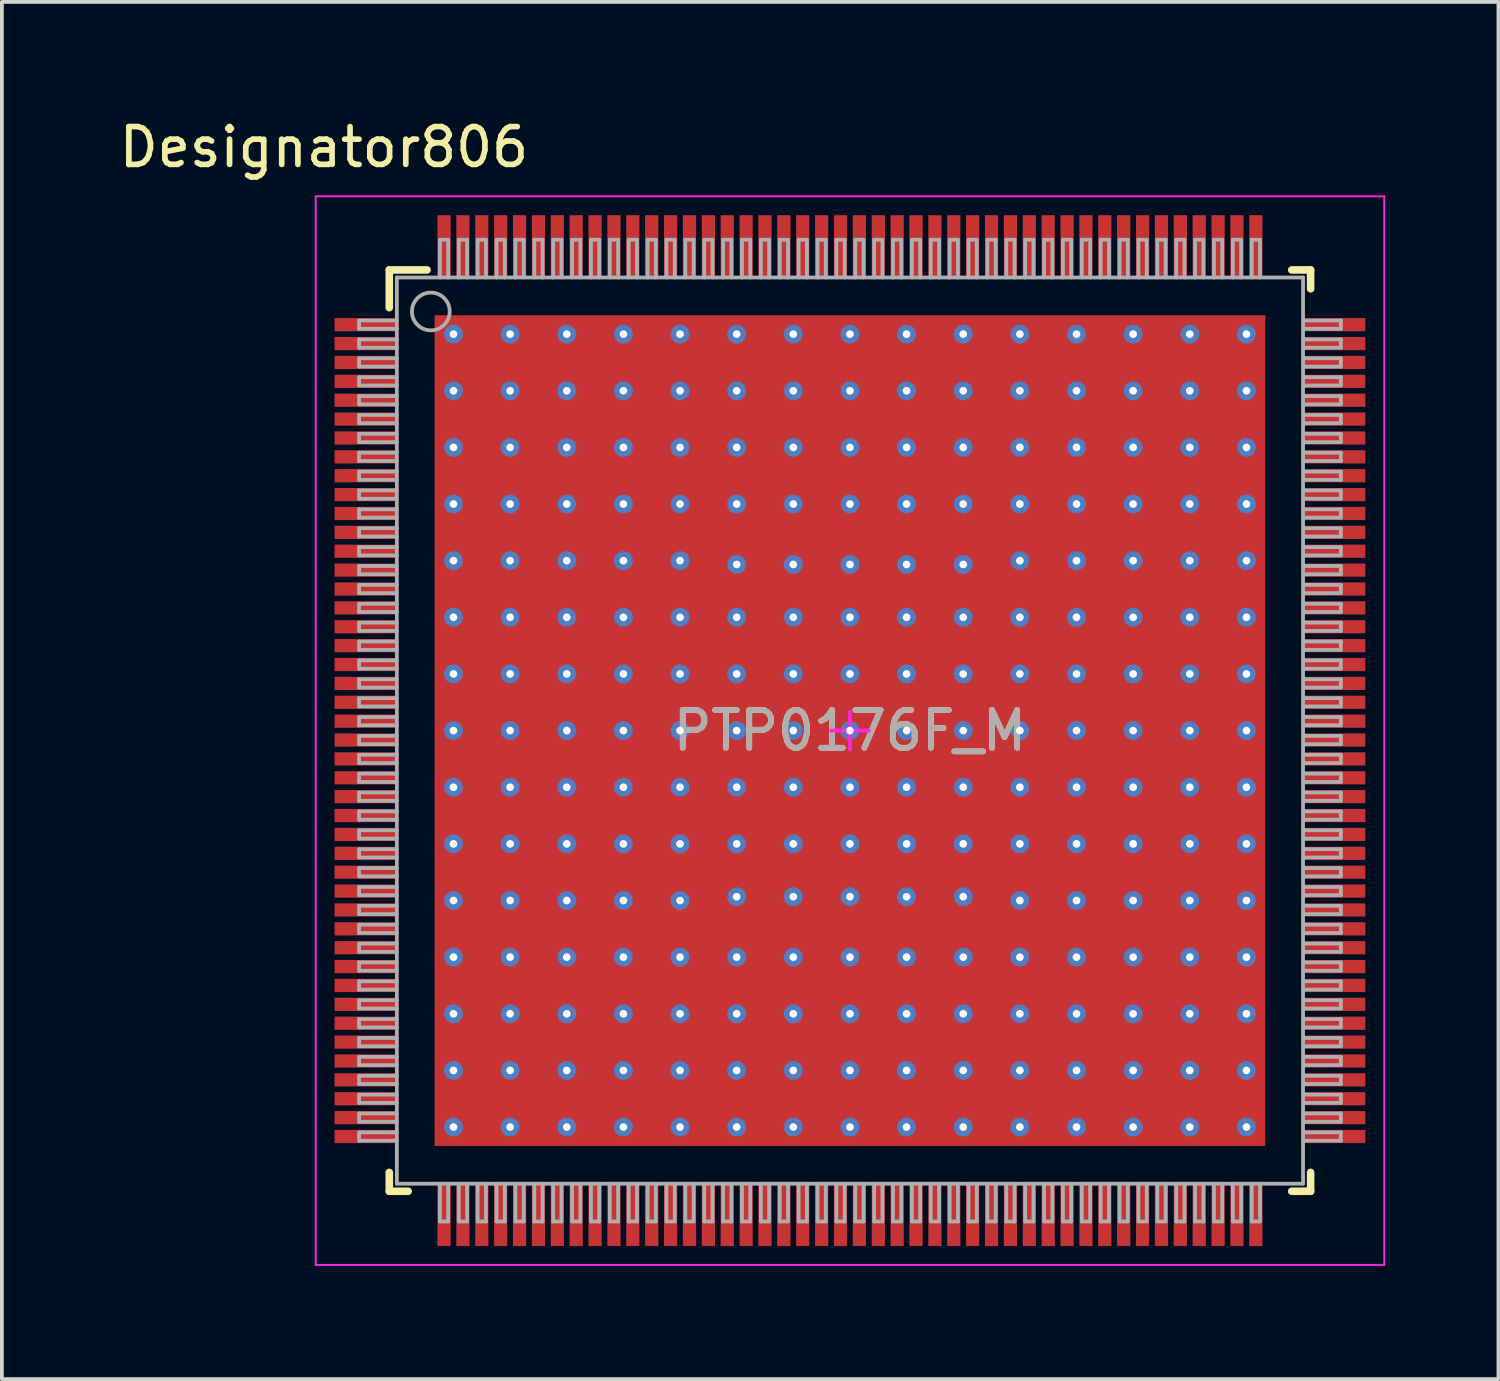
<source format=kicad_pcb>
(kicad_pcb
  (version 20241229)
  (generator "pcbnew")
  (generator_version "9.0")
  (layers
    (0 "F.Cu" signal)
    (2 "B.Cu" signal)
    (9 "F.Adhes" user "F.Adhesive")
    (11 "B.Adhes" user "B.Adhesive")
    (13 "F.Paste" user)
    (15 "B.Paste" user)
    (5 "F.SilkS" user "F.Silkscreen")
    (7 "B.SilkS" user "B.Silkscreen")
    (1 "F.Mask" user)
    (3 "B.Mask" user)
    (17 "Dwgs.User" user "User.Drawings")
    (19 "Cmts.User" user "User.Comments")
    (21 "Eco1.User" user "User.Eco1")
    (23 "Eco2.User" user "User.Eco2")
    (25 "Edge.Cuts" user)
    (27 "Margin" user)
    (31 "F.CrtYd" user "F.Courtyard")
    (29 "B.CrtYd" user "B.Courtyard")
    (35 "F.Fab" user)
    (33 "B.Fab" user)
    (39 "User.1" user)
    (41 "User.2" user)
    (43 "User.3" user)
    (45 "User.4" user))
  (footprint "PTP0176F_M"
    (layer "F.Cu")
    (at 19.46 16.299)
    (property "Reference" "PTP0176F_M" (at 0 0 0) (unlocked yes) (layer "F.SilkS") (effects (font (size 1 1) (thickness 0.15))))
    (attr through_hole)
    (fp_poly (pts (xy -4.035 3.628) (xy -4.035 -3.628) (xy -4.034 -3.635) (xy -4.032 -3.642) (xy -4.029 -3.649) (xy -4.024 -3.654) (xy -4.019 -3.659) (xy -4.012 -3.662) (xy -4.005 -3.664) (xy -3.998 -3.665) (xy 3.998 -3.665) (xy 4.006 -3.664) (xy 4.012 -3.662) (xy 4.019 -3.659) (xy 4.024 -3.654) (xy 4.029 -3.649) (xy 4.032 -3.642) (xy 4.034 -3.635) (xy 4.035 -3.628) (xy 4.035 3.628) (xy 4.034 3.635) (xy 4.032 3.642) (xy 4.029 3.649) (xy 4.024 3.654) (xy 4.019 3.659) (xy 4.012 3.662) (xy 4.006 3.664) (xy 3.998 3.665) (xy -3.998 3.665) (xy -4.005 3.664) (xy -4.012 3.662) (xy -4.019 3.659) (xy -4.024 3.654) (xy -4.029 3.649) (xy -4.032 3.642) (xy -4.034 3.635)) (stroke (width 0) (type solid)) (fill yes) (layer "F.Mask"))
    (fp_line (start -12.2 -12.2) (end -11.2 -12.2) (stroke (width 0.2) (type solid)) (layer "F.SilkS"))
    (fp_line (start -12.2 -11.2) (end -12.2 -12.2) (stroke (width 0.2) (type solid)) (layer "F.SilkS"))
    (fp_line (start -12.2 12.2) (end -12.2 11.7) (stroke (width 0.2) (type solid)) (layer "F.SilkS"))
    (fp_line (start -12.2 12.2) (end -11.7 12.2) (stroke (width 0.2) (type solid)) (layer "F.SilkS"))
    (fp_line (start 11.7 -12.2) (end 12.2 -12.2) (stroke (width 0.2) (type solid)) (layer "F.SilkS"))
    (fp_line (start 11.7 12.2) (end 12.2 12.2) (stroke (width 0.2) (type solid)) (layer "F.SilkS"))
    (fp_line (start 12.2 -11.7) (end 12.2 -12.2) (stroke (width 0.2) (type solid)) (layer "F.SilkS"))
    (fp_line (start 12.2 12.2) (end 12.2 11.7) (stroke (width 0.2) (type solid)) (layer "F.SilkS"))
    (fp_poly (pts (xy -4.035 3.628) (xy -4.035 -3.628) (xy -4.034 -3.635) (xy -4.032 -3.642) (xy -4.029 -3.649) (xy -4.024 -3.654) (xy -4.019 -3.659) (xy -4.012 -3.662) (xy -4.005 -3.664) (xy -3.998 -3.665) (xy 3.998 -3.665) (xy 4.006 -3.664) (xy 4.012 -3.662) (xy 4.019 -3.659) (xy 4.024 -3.654) (xy 4.029 -3.649) (xy 4.032 -3.642) (xy 4.034 -3.635) (xy 4.035 -3.628) (xy 4.035 3.628) (xy 4.034 3.635) (xy 4.032 3.642) (xy 4.029 3.649) (xy 4.024 3.654) (xy 4.019 3.659) (xy 4.012 3.662) (xy 4.006 3.664) (xy 3.998 3.665) (xy -3.998 3.665) (xy -4.005 3.664) (xy -4.012 3.662) (xy -4.019 3.659) (xy -4.024 3.654) (xy -4.029 3.649) (xy -4.032 3.642) (xy -4.034 3.635)) (stroke (width 0) (type solid)) (fill yes) (layer "F.Paste"))
    (fp_line (start -14.15 -14.15) (end 14.15 -14.15) (stroke (width 0.05) (type solid)) (layer "F.CrtYd"))
    (fp_line (start -14.15 14.15) (end -14.15 -14.15) (stroke (width 0.05) (type solid)) (layer "F.CrtYd"))
    (fp_line (start -14.15 14.15) (end 14.15 14.15) (stroke (width 0.05) (type solid)) (layer "F.CrtYd"))
    (fp_line (start -0.5 0) (end 0.5 0) (stroke (width 0.1) (type solid)) (layer "F.CrtYd"))
    (fp_line (start 0.000003 0.5) (end 0.000003 -0.5) (stroke (width 0.1) (type solid)) (layer "F.CrtYd"))
    (fp_line (start 14.15 14.15) (end 14.15 -14.15) (stroke (width 0.05) (type solid)) (layer "F.CrtYd"))
    (fp_line (start -13 -10.86) (end -12 -10.86) (stroke (width 0.1) (type solid)) (layer "F.Fab"))
    (fp_line (start -13 -10.64) (end -13 -10.86) (stroke (width 0.1) (type solid)) (layer "F.Fab"))
    (fp_line (start -13 -10.64) (end -12 -10.64) (stroke (width 0.1) (type solid)) (layer "F.Fab"))
    (fp_line (start -13 -10.36) (end -12 -10.36) (stroke (width 0.1) (type solid)) (layer "F.Fab"))
    (fp_line (start -13 -10.14) (end -13 -10.36) (stroke (width 0.1) (type solid)) (layer "F.Fab"))
    (fp_line (start -13 -10.14) (end -12 -10.14) (stroke (width 0.1) (type solid)) (layer "F.Fab"))
    (fp_line (start -13 -9.86) (end -12 -9.86) (stroke (width 0.1) (type solid)) (layer "F.Fab"))
    (fp_line (start -13 -9.64) (end -13 -9.86) (stroke (width 0.1) (type solid)) (layer "F.Fab"))
    (fp_line (start -13 -9.64) (end -12 -9.64) (stroke (width 0.1) (type solid)) (layer "F.Fab"))
    (fp_line (start -13 -9.36) (end -12 -9.36) (stroke (width 0.1) (type solid)) (layer "F.Fab"))
    (fp_line (start -13 -9.14) (end -13 -9.36) (stroke (width 0.1) (type solid)) (layer "F.Fab"))
    (fp_line (start -13 -9.14) (end -12 -9.14) (stroke (width 0.1) (type solid)) (layer "F.Fab"))
    (fp_line (start -13 -8.86) (end -12 -8.86) (stroke (width 0.1) (type solid)) (layer "F.Fab"))
    (fp_line (start -13 -8.64) (end -13 -8.86) (stroke (width 0.1) (type solid)) (layer "F.Fab"))
    (fp_line (start -13 -8.64) (end -12 -8.64) (stroke (width 0.1) (type solid)) (layer "F.Fab"))
    (fp_line (start -13 -8.36) (end -12 -8.36) (stroke (width 0.1) (type solid)) (layer "F.Fab"))
    (fp_line (start -13 -8.14) (end -13 -8.36) (stroke (width 0.1) (type solid)) (layer "F.Fab"))
    (fp_line (start -13 -8.14) (end -12 -8.14) (stroke (width 0.1) (type solid)) (layer "F.Fab"))
    (fp_line (start -13 -7.86) (end -12 -7.86) (stroke (width 0.1) (type solid)) (layer "F.Fab"))
    (fp_line (start -13 -7.64) (end -13 -7.86) (stroke (width 0.1) (type solid)) (layer "F.Fab"))
    (fp_line (start -13 -7.64) (end -12 -7.64) (stroke (width 0.1) (type solid)) (layer "F.Fab"))
    (fp_line (start -13 -7.36) (end -12 -7.36) (stroke (width 0.1) (type solid)) (layer "F.Fab"))
    (fp_line (start -13 -7.14) (end -13 -7.36) (stroke (width 0.1) (type solid)) (layer "F.Fab"))
    (fp_line (start -13 -7.14) (end -12 -7.14) (stroke (width 0.1) (type solid)) (layer "F.Fab"))
    (fp_line (start -13 -6.86) (end -12 -6.86) (stroke (width 0.1) (type solid)) (layer "F.Fab"))
    (fp_line (start -13 -6.64) (end -13 -6.86) (stroke (width 0.1) (type solid)) (layer "F.Fab"))
    (fp_line (start -13 -6.64) (end -12 -6.64) (stroke (width 0.1) (type solid)) (layer "F.Fab"))
    (fp_line (start -13 -6.36) (end -12 -6.36) (stroke (width 0.1) (type solid)) (layer "F.Fab"))
    (fp_line (start -13 -6.14) (end -13 -6.36) (stroke (width 0.1) (type solid)) (layer "F.Fab"))
    (fp_line (start -13 -6.14) (end -12 -6.14) (stroke (width 0.1) (type solid)) (layer "F.Fab"))
    (fp_line (start -13 -5.86) (end -12 -5.86) (stroke (width 0.1) (type solid)) (layer "F.Fab"))
    (fp_line (start -13 -5.64) (end -13 -5.86) (stroke (width 0.1) (type solid)) (layer "F.Fab"))
    (fp_line (start -13 -5.64) (end -12 -5.64) (stroke (width 0.1) (type solid)) (layer "F.Fab"))
    (fp_line (start -13 -5.36) (end -12 -5.36) (stroke (width 0.1) (type solid)) (layer "F.Fab"))
    (fp_line (start -13 -5.14) (end -13 -5.36) (stroke (width 0.1) (type solid)) (layer "F.Fab"))
    (fp_line (start -13 -5.14) (end -12 -5.14) (stroke (width 0.1) (type solid)) (layer "F.Fab"))
    (fp_line (start -13 -4.86) (end -12 -4.86) (stroke (width 0.1) (type solid)) (layer "F.Fab"))
    (fp_line (start -13 -4.64) (end -13 -4.86) (stroke (width 0.1) (type solid)) (layer "F.Fab"))
    (fp_line (start -13 -4.64) (end -12 -4.64) (stroke (width 0.1) (type solid)) (layer "F.Fab"))
    (fp_line (start -13 -4.36) (end -12 -4.36) (stroke (width 0.1) (type solid)) (layer "F.Fab"))
    (fp_line (start -13 -4.14) (end -13 -4.36) (stroke (width 0.1) (type solid)) (layer "F.Fab"))
    (fp_line (start -13 -4.14) (end -12 -4.14) (stroke (width 0.1) (type solid)) (layer "F.Fab"))
    (fp_line (start -13 -3.86) (end -12 -3.86) (stroke (width 0.1) (type solid)) (layer "F.Fab"))
    (fp_line (start -13 -3.64) (end -13 -3.86) (stroke (width 0.1) (type solid)) (layer "F.Fab"))
    (fp_line (start -13 -3.64) (end -12 -3.64) (stroke (width 0.1) (type solid)) (layer "F.Fab"))
    (fp_line (start -13 -3.36) (end -12 -3.36) (stroke (width 0.1) (type solid)) (layer "F.Fab"))
    (fp_line (start -13 -3.14) (end -13 -3.36) (stroke (width 0.1) (type solid)) (layer "F.Fab"))
    (fp_line (start -13 -3.14) (end -12 -3.14) (stroke (width 0.1) (type solid)) (layer "F.Fab"))
    (fp_line (start -13 -2.86) (end -12 -2.86) (stroke (width 0.1) (type solid)) (layer "F.Fab"))
    (fp_line (start -13 -2.64) (end -13 -2.86) (stroke (width 0.1) (type solid)) (layer "F.Fab"))
    (fp_line (start -13 -2.64) (end -12 -2.64) (stroke (width 0.1) (type solid)) (layer "F.Fab"))
    (fp_line (start -13 -2.36) (end -12 -2.36) (stroke (width 0.1) (type solid)) (layer "F.Fab"))
    (fp_line (start -13 -2.14) (end -13 -2.36) (stroke (width 0.1) (type solid)) (layer "F.Fab"))
    (fp_line (start -13 -2.14) (end -12 -2.14) (stroke (width 0.1) (type solid)) (layer "F.Fab"))
    (fp_line (start -13 -1.86) (end -12 -1.86) (stroke (width 0.1) (type solid)) (layer "F.Fab"))
    (fp_line (start -13 -1.64) (end -13 -1.86) (stroke (width 0.1) (type solid)) (layer "F.Fab"))
    (fp_line (start -13 -1.64) (end -12 -1.64) (stroke (width 0.1) (type solid)) (layer "F.Fab"))
    (fp_line (start -13 -1.36) (end -12 -1.36) (stroke (width 0.1) (type solid)) (layer "F.Fab"))
    (fp_line (start -13 -1.14) (end -13 -1.36) (stroke (width 0.1) (type solid)) (layer "F.Fab"))
    (fp_line (start -13 -1.14) (end -12 -1.14) (stroke (width 0.1) (type solid)) (layer "F.Fab"))
    (fp_line (start -13 -0.86) (end -12 -0.86) (stroke (width 0.1) (type solid)) (layer "F.Fab"))
    (fp_line (start -13 -0.64) (end -13 -0.86) (stroke (width 0.1) (type solid)) (layer "F.Fab"))
    (fp_line (start -13 -0.64) (end -12 -0.64) (stroke (width 0.1) (type solid)) (layer "F.Fab"))
    (fp_line (start -13 -0.36) (end -12 -0.36) (stroke (width 0.1) (type solid)) (layer "F.Fab"))
    (fp_line (start -13 -0.14) (end -13 -0.36) (stroke (width 0.1) (type solid)) (layer "F.Fab"))
    (fp_line (start -13 -0.14) (end -12 -0.14) (stroke (width 0.1) (type solid)) (layer "F.Fab"))
    (fp_line (start -13 0.14) (end -12 0.14) (stroke (width 0.1) (type solid)) (layer "F.Fab"))
    (fp_line (start -13 0.36) (end -13 0.14) (stroke (width 0.1) (type solid)) (layer "F.Fab"))
    (fp_line (start -13 0.36) (end -12 0.36) (stroke (width 0.1) (type solid)) (layer "F.Fab"))
    (fp_line (start -13 0.64) (end -12 0.64) (stroke (width 0.1) (type solid)) (layer "F.Fab"))
    (fp_line (start -13 0.86) (end -13 0.64) (stroke (width 0.1) (type solid)) (layer "F.Fab"))
    (fp_line (start -13 0.86) (end -12 0.86) (stroke (width 0.1) (type solid)) (layer "F.Fab"))
    (fp_line (start -13 1.14) (end -12 1.14) (stroke (width 0.1) (type solid)) (layer "F.Fab"))
    (fp_line (start -13 1.36) (end -13 1.14) (stroke (width 0.1) (type solid)) (layer "F.Fab"))
    (fp_line (start -13 1.36) (end -12 1.36) (stroke (width 0.1) (type solid)) (layer "F.Fab"))
    (fp_line (start -13 1.64) (end -12 1.64) (stroke (width 0.1) (type solid)) (layer "F.Fab"))
    (fp_line (start -13 1.86) (end -13 1.64) (stroke (width 0.1) (type solid)) (layer "F.Fab"))
    (fp_line (start -13 1.86) (end -12 1.86) (stroke (width 0.1) (type solid)) (layer "F.Fab"))
    (fp_line (start -13 2.14) (end -12 2.14) (stroke (width 0.1) (type solid)) (layer "F.Fab"))
    (fp_line (start -13 2.36) (end -13 2.14) (stroke (width 0.1) (type solid)) (layer "F.Fab"))
    (fp_line (start -13 2.36) (end -12 2.36) (stroke (width 0.1) (type solid)) (layer "F.Fab"))
    (fp_line (start -13 2.64) (end -12 2.64) (stroke (width 0.1) (type solid)) (layer "F.Fab"))
    (fp_line (start -13 2.86) (end -13 2.64) (stroke (width 0.1) (type solid)) (layer "F.Fab"))
    (fp_line (start -13 2.86) (end -12 2.86) (stroke (width 0.1) (type solid)) (layer "F.Fab"))
    (fp_line (start -13 3.14) (end -12 3.14) (stroke (width 0.1) (type solid)) (layer "F.Fab"))
    (fp_line (start -13 3.36) (end -13 3.14) (stroke (width 0.1) (type solid)) (layer "F.Fab"))
    (fp_line (start -13 3.36) (end -12 3.36) (stroke (width 0.1) (type solid)) (layer "F.Fab"))
    (fp_line (start -13 3.64) (end -12 3.64) (stroke (width 0.1) (type solid)) (layer "F.Fab"))
    (fp_line (start -13 3.86) (end -13 3.64) (stroke (width 0.1) (type solid)) (layer "F.Fab"))
    (fp_line (start -13 3.86) (end -12 3.86) (stroke (width 0.1) (type solid)) (layer "F.Fab"))
    (fp_line (start -13 4.14) (end -12 4.14) (stroke (width 0.1) (type solid)) (layer "F.Fab"))
    (fp_line (start -13 4.36) (end -13 4.14) (stroke (width 0.1) (type solid)) (layer "F.Fab"))
    (fp_line (start -13 4.36) (end -12 4.36) (stroke (width 0.1) (type solid)) (layer "F.Fab"))
    (fp_line (start -13 4.64) (end -12 4.64) (stroke (width 0.1) (type solid)) (layer "F.Fab"))
    (fp_line (start -13 4.86) (end -13 4.64) (stroke (width 0.1) (type solid)) (layer "F.Fab"))
    (fp_line (start -13 4.86) (end -12 4.86) (stroke (width 0.1) (type solid)) (layer "F.Fab"))
    (fp_line (start -13 5.14) (end -12 5.14) (stroke (width 0.1) (type solid)) (layer "F.Fab"))
    (fp_line (start -13 5.36) (end -13 5.14) (stroke (width 0.1) (type solid)) (layer "F.Fab"))
    (fp_line (start -13 5.36) (end -12 5.36) (stroke (width 0.1) (type solid)) (layer "F.Fab"))
    (fp_line (start -13 5.64) (end -12 5.64) (stroke (width 0.1) (type solid)) (layer "F.Fab"))
    (fp_line (start -13 5.86) (end -13 5.64) (stroke (width 0.1) (type solid)) (layer "F.Fab"))
    (fp_line (start -13 5.86) (end -12 5.86) (stroke (width 0.1) (type solid)) (layer "F.Fab"))
    (fp_line (start -13 6.14) (end -12 6.14) (stroke (width 0.1) (type solid)) (layer "F.Fab"))
    (fp_line (start -13 6.36) (end -13 6.14) (stroke (width 0.1) (type solid)) (layer "F.Fab"))
    (fp_line (start -13 6.36) (end -12 6.36) (stroke (width 0.1) (type solid)) (layer "F.Fab"))
    (fp_line (start -13 6.64) (end -12 6.64) (stroke (width 0.1) (type solid)) (layer "F.Fab"))
    (fp_line (start -13 6.86) (end -13 6.64) (stroke (width 0.1) (type solid)) (layer "F.Fab"))
    (fp_line (start -13 6.86) (end -12 6.86) (stroke (width 0.1) (type solid)) (layer "F.Fab"))
    (fp_line (start -13 7.14) (end -12 7.14) (stroke (width 0.1) (type solid)) (layer "F.Fab"))
    (fp_line (start -13 7.36) (end -13 7.14) (stroke (width 0.1) (type solid)) (layer "F.Fab"))
    (fp_line (start -13 7.36) (end -12 7.36) (stroke (width 0.1) (type solid)) (layer "F.Fab"))
    (fp_line (start -13 7.64) (end -12 7.64) (stroke (width 0.1) (type solid)) (layer "F.Fab"))
    (fp_line (start -13 7.86) (end -13 7.64) (stroke (width 0.1) (type solid)) (layer "F.Fab"))
    (fp_line (start -13 7.86) (end -12 7.86) (stroke (width 0.1) (type solid)) (layer "F.Fab"))
    (fp_line (start -13 8.14) (end -12 8.14) (stroke (width 0.1) (type solid)) (layer "F.Fab"))
    (fp_line (start -13 8.36) (end -13 8.14) (stroke (width 0.1) (type solid)) (layer "F.Fab"))
    (fp_line (start -13 8.36) (end -12 8.36) (stroke (width 0.1) (type solid)) (layer "F.Fab"))
    (fp_line (start -13 8.64) (end -12 8.64) (stroke (width 0.1) (type solid)) (layer "F.Fab"))
    (fp_line (start -13 8.86) (end -13 8.64) (stroke (width 0.1) (type solid)) (layer "F.Fab"))
    (fp_line (start -13 8.86) (end -12 8.86) (stroke (width 0.1) (type solid)) (layer "F.Fab"))
    (fp_line (start -13 9.14) (end -12 9.14) (stroke (width 0.1) (type solid)) (layer "F.Fab"))
    (fp_line (start -13 9.36) (end -13 9.14) (stroke (width 0.1) (type solid)) (layer "F.Fab"))
    (fp_line (start -13 9.36) (end -12 9.36) (stroke (width 0.1) (type solid)) (layer "F.Fab"))
    (fp_line (start -13 9.64) (end -12 9.64) (stroke (width 0.1) (type solid)) (layer "F.Fab"))
    (fp_line (start -13 9.86) (end -13 9.64) (stroke (width 0.1) (type solid)) (layer "F.Fab"))
    (fp_line (start -13 9.86) (end -12 9.86) (stroke (width 0.1) (type solid)) (layer "F.Fab"))
    (fp_line (start -13 10.14) (end -12 10.14) (stroke (width 0.1) (type solid)) (layer "F.Fab"))
    (fp_line (start -13 10.36) (end -13 10.14) (stroke (width 0.1) (type solid)) (layer "F.Fab"))
    (fp_line (start -13 10.36) (end -12 10.36) (stroke (width 0.1) (type solid)) (layer "F.Fab"))
    (fp_line (start -13 10.64) (end -12 10.64) (stroke (width 0.1) (type solid)) (layer "F.Fab"))
    (fp_line (start -13 10.86) (end -13 10.64) (stroke (width 0.1) (type solid)) (layer "F.Fab"))
    (fp_line (start -13 10.86) (end -12 10.86) (stroke (width 0.1) (type solid)) (layer "F.Fab"))
    (fp_line (start -12 -12) (end 12 -12) (stroke (width 0.1) (type solid)) (layer "F.Fab"))
    (fp_line (start -12 12) (end -12 -12) (stroke (width 0.1) (type solid)) (layer "F.Fab"))
    (fp_line (start -12 12) (end 12 12) (stroke (width 0.1) (type solid)) (layer "F.Fab"))
    (fp_line (start -10.86 -13) (end -10.64 -13) (stroke (width 0.1) (type solid)) (layer "F.Fab"))
    (fp_line (start -10.86 -12) (end -10.86 -13) (stroke (width 0.1) (type solid)) (layer "F.Fab"))
    (fp_line (start -10.86 13) (end -10.86 12) (stroke (width 0.1) (type solid)) (layer "F.Fab"))
    (fp_line (start -10.86 13) (end -10.64 13) (stroke (width 0.1) (type solid)) (layer "F.Fab"))
    (fp_line (start -10.64 -12) (end -10.64 -13) (stroke (width 0.1) (type solid)) (layer "F.Fab"))
    (fp_line (start -10.64 13) (end -10.64 12) (stroke (width 0.1) (type solid)) (layer "F.Fab"))
    (fp_line (start -10.36 -13) (end -10.14 -13) (stroke (width 0.1) (type solid)) (layer "F.Fab"))
    (fp_line (start -10.36 -12) (end -10.36 -13) (stroke (width 0.1) (type solid)) (layer "F.Fab"))
    (fp_line (start -10.36 13) (end -10.36 12) (stroke (width 0.1) (type solid)) (layer "F.Fab"))
    (fp_line (start -10.36 13) (end -10.14 13) (stroke (width 0.1) (type solid)) (layer "F.Fab"))
    (fp_line (start -10.14 -12) (end -10.14 -13) (stroke (width 0.1) (type solid)) (layer "F.Fab"))
    (fp_line (start -10.14 13) (end -10.14 12) (stroke (width 0.1) (type solid)) (layer "F.Fab"))
    (fp_line (start -9.86 -13) (end -9.64 -13) (stroke (width 0.1) (type solid)) (layer "F.Fab"))
    (fp_line (start -9.86 -12) (end -9.86 -13) (stroke (width 0.1) (type solid)) (layer "F.Fab"))
    (fp_line (start -9.86 13) (end -9.86 12) (stroke (width 0.1) (type solid)) (layer "F.Fab"))
    (fp_line (start -9.86 13) (end -9.64 13) (stroke (width 0.1) (type solid)) (layer "F.Fab"))
    (fp_line (start -9.64 -12) (end -9.64 -13) (stroke (width 0.1) (type solid)) (layer "F.Fab"))
    (fp_line (start -9.64 13) (end -9.64 12) (stroke (width 0.1) (type solid)) (layer "F.Fab"))
    (fp_line (start -9.36 -13) (end -9.14 -13) (stroke (width 0.1) (type solid)) (layer "F.Fab"))
    (fp_line (start -9.36 -12) (end -9.36 -13) (stroke (width 0.1) (type solid)) (layer "F.Fab"))
    (fp_line (start -9.36 13) (end -9.36 12) (stroke (width 0.1) (type solid)) (layer "F.Fab"))
    (fp_line (start -9.36 13) (end -9.14 13) (stroke (width 0.1) (type solid)) (layer "F.Fab"))
    (fp_line (start -9.14 -12) (end -9.14 -13) (stroke (width 0.1) (type solid)) (layer "F.Fab"))
    (fp_line (start -9.14 13) (end -9.14 12) (stroke (width 0.1) (type solid)) (layer "F.Fab"))
    (fp_line (start -8.86 -13) (end -8.64 -13) (stroke (width 0.1) (type solid)) (layer "F.Fab"))
    (fp_line (start -8.86 -12) (end -8.86 -13) (stroke (width 0.1) (type solid)) (layer "F.Fab"))
    (fp_line (start -8.86 13) (end -8.86 12) (stroke (width 0.1) (type solid)) (layer "F.Fab"))
    (fp_line (start -8.86 13) (end -8.64 13) (stroke (width 0.1) (type solid)) (layer "F.Fab"))
    (fp_line (start -8.64 -12) (end -8.64 -13) (stroke (width 0.1) (type solid)) (layer "F.Fab"))
    (fp_line (start -8.64 13) (end -8.64 12) (stroke (width 0.1) (type solid)) (layer "F.Fab"))
    (fp_line (start -8.36 -13) (end -8.14 -13) (stroke (width 0.1) (type solid)) (layer "F.Fab"))
    (fp_line (start -8.36 -12) (end -8.36 -13) (stroke (width 0.1) (type solid)) (layer "F.Fab"))
    (fp_line (start -8.36 13) (end -8.36 12) (stroke (width 0.1) (type solid)) (layer "F.Fab"))
    (fp_line (start -8.36 13) (end -8.14 13) (stroke (width 0.1) (type solid)) (layer "F.Fab"))
    (fp_line (start -8.14 -12) (end -8.14 -13) (stroke (width 0.1) (type solid)) (layer "F.Fab"))
    (fp_line (start -8.14 13) (end -8.14 12) (stroke (width 0.1) (type solid)) (layer "F.Fab"))
    (fp_line (start -7.86 -13) (end -7.64 -13) (stroke (width 0.1) (type solid)) (layer "F.Fab"))
    (fp_line (start -7.86 -12) (end -7.86 -13) (stroke (width 0.1) (type solid)) (layer "F.Fab"))
    (fp_line (start -7.86 13) (end -7.86 12) (stroke (width 0.1) (type solid)) (layer "F.Fab"))
    (fp_line (start -7.86 13) (end -7.64 13) (stroke (width 0.1) (type solid)) (layer "F.Fab"))
    (fp_line (start -7.64 -12) (end -7.64 -13) (stroke (width 0.1) (type solid)) (layer "F.Fab"))
    (fp_line (start -7.64 13) (end -7.64 12) (stroke (width 0.1) (type solid)) (layer "F.Fab"))
    (fp_line (start -7.36 -13) (end -7.14 -13) (stroke (width 0.1) (type solid)) (layer "F.Fab"))
    (fp_line (start -7.36 -12) (end -7.36 -13) (stroke (width 0.1) (type solid)) (layer "F.Fab"))
    (fp_line (start -7.36 13) (end -7.36 12) (stroke (width 0.1) (type solid)) (layer "F.Fab"))
    (fp_line (start -7.36 13) (end -7.14 13) (stroke (width 0.1) (type solid)) (layer "F.Fab"))
    (fp_line (start -7.14 -12) (end -7.14 -13) (stroke (width 0.1) (type solid)) (layer "F.Fab"))
    (fp_line (start -7.14 13) (end -7.14 12) (stroke (width 0.1) (type solid)) (layer "F.Fab"))
    (fp_line (start -6.86 -13) (end -6.64 -13) (stroke (width 0.1) (type solid)) (layer "F.Fab"))
    (fp_line (start -6.86 -12) (end -6.86 -13) (stroke (width 0.1) (type solid)) (layer "F.Fab"))
    (fp_line (start -6.86 13) (end -6.86 12) (stroke (width 0.1) (type solid)) (layer "F.Fab"))
    (fp_line (start -6.86 13) (end -6.64 13) (stroke (width 0.1) (type solid)) (layer "F.Fab"))
    (fp_line (start -6.64 -12) (end -6.64 -13) (stroke (width 0.1) (type solid)) (layer "F.Fab"))
    (fp_line (start -6.64 13) (end -6.64 12) (stroke (width 0.1) (type solid)) (layer "F.Fab"))
    (fp_line (start -6.36 -13) (end -6.14 -13) (stroke (width 0.1) (type solid)) (layer "F.Fab"))
    (fp_line (start -6.36 -12) (end -6.36 -13) (stroke (width 0.1) (type solid)) (layer "F.Fab"))
    (fp_line (start -6.36 13) (end -6.36 12) (stroke (width 0.1) (type solid)) (layer "F.Fab"))
    (fp_line (start -6.36 13) (end -6.14 13) (stroke (width 0.1) (type solid)) (layer "F.Fab"))
    (fp_line (start -6.14 -12) (end -6.14 -13) (stroke (width 0.1) (type solid)) (layer "F.Fab"))
    (fp_line (start -6.14 13) (end -6.14 12) (stroke (width 0.1) (type solid)) (layer "F.Fab"))
    (fp_line (start -5.86 -13) (end -5.64 -13) (stroke (width 0.1) (type solid)) (layer "F.Fab"))
    (fp_line (start -5.86 -12) (end -5.86 -13) (stroke (width 0.1) (type solid)) (layer "F.Fab"))
    (fp_line (start -5.86 13) (end -5.86 12) (stroke (width 0.1) (type solid)) (layer "F.Fab"))
    (fp_line (start -5.86 13) (end -5.64 13) (stroke (width 0.1) (type solid)) (layer "F.Fab"))
    (fp_line (start -5.64 -12) (end -5.64 -13) (stroke (width 0.1) (type solid)) (layer "F.Fab"))
    (fp_line (start -5.64 13) (end -5.64 12) (stroke (width 0.1) (type solid)) (layer "F.Fab"))
    (fp_line (start -5.36 -13) (end -5.14 -13) (stroke (width 0.1) (type solid)) (layer "F.Fab"))
    (fp_line (start -5.36 -12) (end -5.36 -13) (stroke (width 0.1) (type solid)) (layer "F.Fab"))
    (fp_line (start -5.36 13) (end -5.36 12) (stroke (width 0.1) (type solid)) (layer "F.Fab"))
    (fp_line (start -5.36 13) (end -5.14 13) (stroke (width 0.1) (type solid)) (layer "F.Fab"))
    (fp_line (start -5.14 -12) (end -5.14 -13) (stroke (width 0.1) (type solid)) (layer "F.Fab"))
    (fp_line (start -5.14 13) (end -5.14 12) (stroke (width 0.1) (type solid)) (layer "F.Fab"))
    (fp_line (start -4.86 -13) (end -4.64 -13) (stroke (width 0.1) (type solid)) (layer "F.Fab"))
    (fp_line (start -4.86 -12) (end -4.86 -13) (stroke (width 0.1) (type solid)) (layer "F.Fab"))
    (fp_line (start -4.86 13) (end -4.86 12) (stroke (width 0.1) (type solid)) (layer "F.Fab"))
    (fp_line (start -4.86 13) (end -4.64 13) (stroke (width 0.1) (type solid)) (layer "F.Fab"))
    (fp_line (start -4.64 -12) (end -4.64 -13) (stroke (width 0.1) (type solid)) (layer "F.Fab"))
    (fp_line (start -4.64 13) (end -4.64 12) (stroke (width 0.1) (type solid)) (layer "F.Fab"))
    (fp_line (start -4.36 -13) (end -4.14 -13) (stroke (width 0.1) (type solid)) (layer "F.Fab"))
    (fp_line (start -4.36 -12) (end -4.36 -13) (stroke (width 0.1) (type solid)) (layer "F.Fab"))
    (fp_line (start -4.36 13) (end -4.36 12) (stroke (width 0.1) (type solid)) (layer "F.Fab"))
    (fp_line (start -4.36 13) (end -4.14 13) (stroke (width 0.1) (type solid)) (layer "F.Fab"))
    (fp_line (start -4.14 -12) (end -4.14 -13) (stroke (width 0.1) (type solid)) (layer "F.Fab"))
    (fp_line (start -4.14 13) (end -4.14 12) (stroke (width 0.1) (type solid)) (layer "F.Fab"))
    (fp_line (start -3.86 -13) (end -3.64 -13) (stroke (width 0.1) (type solid)) (layer "F.Fab"))
    (fp_line (start -3.86 -12) (end -3.86 -13) (stroke (width 0.1) (type solid)) (layer "F.Fab"))
    (fp_line (start -3.86 13) (end -3.86 12) (stroke (width 0.1) (type solid)) (layer "F.Fab"))
    (fp_line (start -3.86 13) (end -3.64 13) (stroke (width 0.1) (type solid)) (layer "F.Fab"))
    (fp_line (start -3.64 -12) (end -3.64 -13) (stroke (width 0.1) (type solid)) (layer "F.Fab"))
    (fp_line (start -3.64 13) (end -3.64 12) (stroke (width 0.1) (type solid)) (layer "F.Fab"))
    (fp_line (start -3.36 -13) (end -3.14 -13) (stroke (width 0.1) (type solid)) (layer "F.Fab"))
    (fp_line (start -3.36 -12) (end -3.36 -13) (stroke (width 0.1) (type solid)) (layer "F.Fab"))
    (fp_line (start -3.36 13) (end -3.36 12) (stroke (width 0.1) (type solid)) (layer "F.Fab"))
    (fp_line (start -3.36 13) (end -3.14 13) (stroke (width 0.1) (type solid)) (layer "F.Fab"))
    (fp_line (start -3.14 -12) (end -3.14 -13) (stroke (width 0.1) (type solid)) (layer "F.Fab"))
    (fp_line (start -3.14 13) (end -3.14 12) (stroke (width 0.1) (type solid)) (layer "F.Fab"))
    (fp_line (start -2.86 -13) (end -2.64 -13) (stroke (width 0.1) (type solid)) (layer "F.Fab"))
    (fp_line (start -2.86 -12) (end -2.86 -13) (stroke (width 0.1) (type solid)) (layer "F.Fab"))
    (fp_line (start -2.86 13) (end -2.86 12) (stroke (width 0.1) (type solid)) (layer "F.Fab"))
    (fp_line (start -2.86 13) (end -2.64 13) (stroke (width 0.1) (type solid)) (layer "F.Fab"))
    (fp_line (start -2.64 -12) (end -2.64 -13) (stroke (width 0.1) (type solid)) (layer "F.Fab"))
    (fp_line (start -2.64 13) (end -2.64 12) (stroke (width 0.1) (type solid)) (layer "F.Fab"))
    (fp_line (start -2.36 -13) (end -2.14 -13) (stroke (width 0.1) (type solid)) (layer "F.Fab"))
    (fp_line (start -2.36 -12) (end -2.36 -13) (stroke (width 0.1) (type solid)) (layer "F.Fab"))
    (fp_line (start -2.36 13) (end -2.36 12) (stroke (width 0.1) (type solid)) (layer "F.Fab"))
    (fp_line (start -2.36 13) (end -2.14 13) (stroke (width 0.1) (type solid)) (layer "F.Fab"))
    (fp_line (start -2.14 -12) (end -2.14 -13) (stroke (width 0.1) (type solid)) (layer "F.Fab"))
    (fp_line (start -2.14 13) (end -2.14 12) (stroke (width 0.1) (type solid)) (layer "F.Fab"))
    (fp_line (start -1.86 -13) (end -1.64 -13) (stroke (width 0.1) (type solid)) (layer "F.Fab"))
    (fp_line (start -1.86 -12) (end -1.86 -13) (stroke (width 0.1) (type solid)) (layer "F.Fab"))
    (fp_line (start -1.86 13) (end -1.86 12) (stroke (width 0.1) (type solid)) (layer "F.Fab"))
    (fp_line (start -1.86 13) (end -1.64 13) (stroke (width 0.1) (type solid)) (layer "F.Fab"))
    (fp_line (start -1.64 -12) (end -1.64 -13) (stroke (width 0.1) (type solid)) (layer "F.Fab"))
    (fp_line (start -1.64 13) (end -1.64 12) (stroke (width 0.1) (type solid)) (layer "F.Fab"))
    (fp_line (start -1.36 -13) (end -1.14 -13) (stroke (width 0.1) (type solid)) (layer "F.Fab"))
    (fp_line (start -1.36 -12) (end -1.36 -13) (stroke (width 0.1) (type solid)) (layer "F.Fab"))
    (fp_line (start -1.36 13) (end -1.36 12) (stroke (width 0.1) (type solid)) (layer "F.Fab"))
    (fp_line (start -1.36 13) (end -1.14 13) (stroke (width 0.1) (type solid)) (layer "F.Fab"))
    (fp_line (start -1.14 -12) (end -1.14 -13) (stroke (width 0.1) (type solid)) (layer "F.Fab"))
    (fp_line (start -1.14 13) (end -1.14 12) (stroke (width 0.1) (type solid)) (layer "F.Fab"))
    (fp_line (start -0.86 -13) (end -0.64 -13) (stroke (width 0.1) (type solid)) (layer "F.Fab"))
    (fp_line (start -0.86 -12) (end -0.86 -13) (stroke (width 0.1) (type solid)) (layer "F.Fab"))
    (fp_line (start -0.86 13) (end -0.86 12) (stroke (width 0.1) (type solid)) (layer "F.Fab"))
    (fp_line (start -0.86 13) (end -0.64 13) (stroke (width 0.1) (type solid)) (layer "F.Fab"))
    (fp_line (start -0.64 -12) (end -0.64 -13) (stroke (width 0.1) (type solid)) (layer "F.Fab"))
    (fp_line (start -0.64 13) (end -0.64 12) (stroke (width 0.1) (type solid)) (layer "F.Fab"))
    (fp_line (start -0.36 -13) (end -0.14 -13) (stroke (width 0.1) (type solid)) (layer "F.Fab"))
    (fp_line (start -0.36 -12) (end -0.36 -13) (stroke (width 0.1) (type solid)) (layer "F.Fab"))
    (fp_line (start -0.36 13) (end -0.36 12) (stroke (width 0.1) (type solid)) (layer "F.Fab"))
    (fp_line (start -0.36 13) (end -0.14 13) (stroke (width 0.1) (type solid)) (layer "F.Fab"))
    (fp_line (start -0.14 -12) (end -0.14 -13) (stroke (width 0.1) (type solid)) (layer "F.Fab"))
    (fp_line (start -0.14 13) (end -0.14 12) (stroke (width 0.1) (type solid)) (layer "F.Fab"))
    (fp_line (start 0.14 -13) (end 0.36 -13) (stroke (width 0.1) (type solid)) (layer "F.Fab"))
    (fp_line (start 0.14 -12) (end 0.14 -13) (stroke (width 0.1) (type solid)) (layer "F.Fab"))
    (fp_line (start 0.14 13) (end 0.14 12) (stroke (width 0.1) (type solid)) (layer "F.Fab"))
    (fp_line (start 0.14 13) (end 0.36 13) (stroke (width 0.1) (type solid)) (layer "F.Fab"))
    (fp_line (start 0.36 -12) (end 0.36 -13) (stroke (width 0.1) (type solid)) (layer "F.Fab"))
    (fp_line (start 0.36 13) (end 0.36 12) (stroke (width 0.1) (type solid)) (layer "F.Fab"))
    (fp_line (start 0.64 -13) (end 0.86 -13) (stroke (width 0.1) (type solid)) (layer "F.Fab"))
    (fp_line (start 0.64 -12) (end 0.64 -13) (stroke (width 0.1) (type solid)) (layer "F.Fab"))
    (fp_line (start 0.64 13) (end 0.64 12) (stroke (width 0.1) (type solid)) (layer "F.Fab"))
    (fp_line (start 0.64 13) (end 0.86 13) (stroke (width 0.1) (type solid)) (layer "F.Fab"))
    (fp_line (start 0.86 -12) (end 0.86 -13) (stroke (width 0.1) (type solid)) (layer "F.Fab"))
    (fp_line (start 0.86 13) (end 0.86 12) (stroke (width 0.1) (type solid)) (layer "F.Fab"))
    (fp_line (start 1.14 -13) (end 1.36 -13) (stroke (width 0.1) (type solid)) (layer "F.Fab"))
    (fp_line (start 1.14 -12) (end 1.14 -13) (stroke (width 0.1) (type solid)) (layer "F.Fab"))
    (fp_line (start 1.14 13) (end 1.14 12) (stroke (width 0.1) (type solid)) (layer "F.Fab"))
    (fp_line (start 1.14 13) (end 1.36 13) (stroke (width 0.1) (type solid)) (layer "F.Fab"))
    (fp_line (start 1.36 -12) (end 1.36 -13) (stroke (width 0.1) (type solid)) (layer "F.Fab"))
    (fp_line (start 1.36 13) (end 1.36 12) (stroke (width 0.1) (type solid)) (layer "F.Fab"))
    (fp_line (start 1.64 -13) (end 1.86 -13) (stroke (width 0.1) (type solid)) (layer "F.Fab"))
    (fp_line (start 1.64 -12) (end 1.64 -13) (stroke (width 0.1) (type solid)) (layer "F.Fab"))
    (fp_line (start 1.64 13) (end 1.64 12) (stroke (width 0.1) (type solid)) (layer "F.Fab"))
    (fp_line (start 1.64 13) (end 1.86 13) (stroke (width 0.1) (type solid)) (layer "F.Fab"))
    (fp_line (start 1.86 -12) (end 1.86 -13) (stroke (width 0.1) (type solid)) (layer "F.Fab"))
    (fp_line (start 1.86 13) (end 1.86 12) (stroke (width 0.1) (type solid)) (layer "F.Fab"))
    (fp_line (start 2.14 -13) (end 2.36 -13) (stroke (width 0.1) (type solid)) (layer "F.Fab"))
    (fp_line (start 2.14 -12) (end 2.14 -13) (stroke (width 0.1) (type solid)) (layer "F.Fab"))
    (fp_line (start 2.14 13) (end 2.14 12) (stroke (width 0.1) (type solid)) (layer "F.Fab"))
    (fp_line (start 2.14 13) (end 2.36 13) (stroke (width 0.1) (type solid)) (layer "F.Fab"))
    (fp_line (start 2.36 -12) (end 2.36 -13) (stroke (width 0.1) (type solid)) (layer "F.Fab"))
    (fp_line (start 2.36 13) (end 2.36 12) (stroke (width 0.1) (type solid)) (layer "F.Fab"))
    (fp_line (start 2.64 -13) (end 2.86 -13) (stroke (width 0.1) (type solid)) (layer "F.Fab"))
    (fp_line (start 2.64 -12) (end 2.64 -13) (stroke (width 0.1) (type solid)) (layer "F.Fab"))
    (fp_line (start 2.64 13) (end 2.64 12) (stroke (width 0.1) (type solid)) (layer "F.Fab"))
    (fp_line (start 2.64 13) (end 2.86 13) (stroke (width 0.1) (type solid)) (layer "F.Fab"))
    (fp_line (start 2.86 -12) (end 2.86 -13) (stroke (width 0.1) (type solid)) (layer "F.Fab"))
    (fp_line (start 2.86 13) (end 2.86 12) (stroke (width 0.1) (type solid)) (layer "F.Fab"))
    (fp_line (start 3.14 -13) (end 3.36 -13) (stroke (width 0.1) (type solid)) (layer "F.Fab"))
    (fp_line (start 3.14 -12) (end 3.14 -13) (stroke (width 0.1) (type solid)) (layer "F.Fab"))
    (fp_line (start 3.14 13) (end 3.14 12) (stroke (width 0.1) (type solid)) (layer "F.Fab"))
    (fp_line (start 3.14 13) (end 3.36 13) (stroke (width 0.1) (type solid)) (layer "F.Fab"))
    (fp_line (start 3.36 -12) (end 3.36 -13) (stroke (width 0.1) (type solid)) (layer "F.Fab"))
    (fp_line (start 3.36 13) (end 3.36 12) (stroke (width 0.1) (type solid)) (layer "F.Fab"))
    (fp_line (start 3.64 -13) (end 3.86 -13) (stroke (width 0.1) (type solid)) (layer "F.Fab"))
    (fp_line (start 3.64 -12) (end 3.64 -13) (stroke (width 0.1) (type solid)) (layer "F.Fab"))
    (fp_line (start 3.64 13) (end 3.64 12) (stroke (width 0.1) (type solid)) (layer "F.Fab"))
    (fp_line (start 3.64 13) (end 3.86 13) (stroke (width 0.1) (type solid)) (layer "F.Fab"))
    (fp_line (start 3.86 -12) (end 3.86 -13) (stroke (width 0.1) (type solid)) (layer "F.Fab"))
    (fp_line (start 3.86 13) (end 3.86 12) (stroke (width 0.1) (type solid)) (layer "F.Fab"))
    (fp_line (start 4.14 -13) (end 4.36 -13) (stroke (width 0.1) (type solid)) (layer "F.Fab"))
    (fp_line (start 4.14 -12) (end 4.14 -13) (stroke (width 0.1) (type solid)) (layer "F.Fab"))
    (fp_line (start 4.14 13) (end 4.14 12) (stroke (width 0.1) (type solid)) (layer "F.Fab"))
    (fp_line (start 4.14 13) (end 4.36 13) (stroke (width 0.1) (type solid)) (layer "F.Fab"))
    (fp_line (start 4.36 -12) (end 4.36 -13) (stroke (width 0.1) (type solid)) (layer "F.Fab"))
    (fp_line (start 4.36 13) (end 4.36 12) (stroke (width 0.1) (type solid)) (layer "F.Fab"))
    (fp_line (start 4.64 -13) (end 4.86 -13) (stroke (width 0.1) (type solid)) (layer "F.Fab"))
    (fp_line (start 4.64 -12) (end 4.64 -13) (stroke (width 0.1) (type solid)) (layer "F.Fab"))
    (fp_line (start 4.64 13) (end 4.64 12) (stroke (width 0.1) (type solid)) (layer "F.Fab"))
    (fp_line (start 4.64 13) (end 4.86 13) (stroke (width 0.1) (type solid)) (layer "F.Fab"))
    (fp_line (start 4.86 -12) (end 4.86 -13) (stroke (width 0.1) (type solid)) (layer "F.Fab"))
    (fp_line (start 4.86 13) (end 4.86 12) (stroke (width 0.1) (type solid)) (layer "F.Fab"))
    (fp_line (start 5.14 -13) (end 5.36 -13) (stroke (width 0.1) (type solid)) (layer "F.Fab"))
    (fp_line (start 5.14 -12) (end 5.14 -13) (stroke (width 0.1) (type solid)) (layer "F.Fab"))
    (fp_line (start 5.14 13) (end 5.14 12) (stroke (width 0.1) (type solid)) (layer "F.Fab"))
    (fp_line (start 5.14 13) (end 5.36 13) (stroke (width 0.1) (type solid)) (layer "F.Fab"))
    (fp_line (start 5.36 -12) (end 5.36 -13) (stroke (width 0.1) (type solid)) (layer "F.Fab"))
    (fp_line (start 5.36 13) (end 5.36 12) (stroke (width 0.1) (type solid)) (layer "F.Fab"))
    (fp_line (start 5.64 -13) (end 5.86 -13) (stroke (width 0.1) (type solid)) (layer "F.Fab"))
    (fp_line (start 5.64 -12) (end 5.64 -13) (stroke (width 0.1) (type solid)) (layer "F.Fab"))
    (fp_line (start 5.64 13) (end 5.64 12) (stroke (width 0.1) (type solid)) (layer "F.Fab"))
    (fp_line (start 5.64 13) (end 5.86 13) (stroke (width 0.1) (type solid)) (layer "F.Fab"))
    (fp_line (start 5.86 -12) (end 5.86 -13) (stroke (width 0.1) (type solid)) (layer "F.Fab"))
    (fp_line (start 5.86 13) (end 5.86 12) (stroke (width 0.1) (type solid)) (layer "F.Fab"))
    (fp_line (start 6.14 -13) (end 6.36 -13) (stroke (width 0.1) (type solid)) (layer "F.Fab"))
    (fp_line (start 6.14 -12) (end 6.14 -13) (stroke (width 0.1) (type solid)) (layer "F.Fab"))
    (fp_line (start 6.14 13) (end 6.14 12) (stroke (width 0.1) (type solid)) (layer "F.Fab"))
    (fp_line (start 6.14 13) (end 6.36 13) (stroke (width 0.1) (type solid)) (layer "F.Fab"))
    (fp_line (start 6.36 -12) (end 6.36 -13) (stroke (width 0.1) (type solid)) (layer "F.Fab"))
    (fp_line (start 6.36 13) (end 6.36 12) (stroke (width 0.1) (type solid)) (layer "F.Fab"))
    (fp_line (start 6.64 -13) (end 6.86 -13) (stroke (width 0.1) (type solid)) (layer "F.Fab"))
    (fp_line (start 6.64 -12) (end 6.64 -13) (stroke (width 0.1) (type solid)) (layer "F.Fab"))
    (fp_line (start 6.64 13) (end 6.64 12) (stroke (width 0.1) (type solid)) (layer "F.Fab"))
    (fp_line (start 6.64 13) (end 6.86 13) (stroke (width 0.1) (type solid)) (layer "F.Fab"))
    (fp_line (start 6.86 -12) (end 6.86 -13) (stroke (width 0.1) (type solid)) (layer "F.Fab"))
    (fp_line (start 6.86 13) (end 6.86 12) (stroke (width 0.1) (type solid)) (layer "F.Fab"))
    (fp_line (start 7.14 -13) (end 7.36 -13) (stroke (width 0.1) (type solid)) (layer "F.Fab"))
    (fp_line (start 7.14 -12) (end 7.14 -13) (stroke (width 0.1) (type solid)) (layer "F.Fab"))
    (fp_line (start 7.14 13) (end 7.14 12) (stroke (width 0.1) (type solid)) (layer "F.Fab"))
    (fp_line (start 7.14 13) (end 7.36 13) (stroke (width 0.1) (type solid)) (layer "F.Fab"))
    (fp_line (start 7.36 -12) (end 7.36 -13) (stroke (width 0.1) (type solid)) (layer "F.Fab"))
    (fp_line (start 7.36 13) (end 7.36 12) (stroke (width 0.1) (type solid)) (layer "F.Fab"))
    (fp_line (start 7.64 -13) (end 7.86 -13) (stroke (width 0.1) (type solid)) (layer "F.Fab"))
    (fp_line (start 7.64 -12) (end 7.64 -13) (stroke (width 0.1) (type solid)) (layer "F.Fab"))
    (fp_line (start 7.64 13) (end 7.64 12) (stroke (width 0.1) (type solid)) (layer "F.Fab"))
    (fp_line (start 7.64 13) (end 7.86 13) (stroke (width 0.1) (type solid)) (layer "F.Fab"))
    (fp_line (start 7.86 -12) (end 7.86 -13) (stroke (width 0.1) (type solid)) (layer "F.Fab"))
    (fp_line (start 7.86 13) (end 7.86 12) (stroke (width 0.1) (type solid)) (layer "F.Fab"))
    (fp_line (start 8.14 -13) (end 8.36 -13) (stroke (width 0.1) (type solid)) (layer "F.Fab"))
    (fp_line (start 8.14 -12) (end 8.14 -13) (stroke (width 0.1) (type solid)) (layer "F.Fab"))
    (fp_line (start 8.14 13) (end 8.14 12) (stroke (width 0.1) (type solid)) (layer "F.Fab"))
    (fp_line (start 8.14 13) (end 8.36 13) (stroke (width 0.1) (type solid)) (layer "F.Fab"))
    (fp_line (start 8.36 -12) (end 8.36 -13) (stroke (width 0.1) (type solid)) (layer "F.Fab"))
    (fp_line (start 8.36 13) (end 8.36 12) (stroke (width 0.1) (type solid)) (layer "F.Fab"))
    (fp_line (start 8.64 -13) (end 8.86 -13) (stroke (width 0.1) (type solid)) (layer "F.Fab"))
    (fp_line (start 8.64 -12) (end 8.64 -13) (stroke (width 0.1) (type solid)) (layer "F.Fab"))
    (fp_line (start 8.64 13) (end 8.64 12) (stroke (width 0.1) (type solid)) (layer "F.Fab"))
    (fp_line (start 8.64 13) (end 8.86 13) (stroke (width 0.1) (type solid)) (layer "F.Fab"))
    (fp_line (start 8.86 -12) (end 8.86 -13) (stroke (width 0.1) (type solid)) (layer "F.Fab"))
    (fp_line (start 8.86 13) (end 8.86 12) (stroke (width 0.1) (type solid)) (layer "F.Fab"))
    (fp_line (start 9.14 -13) (end 9.36 -13) (stroke (width 0.1) (type solid)) (layer "F.Fab"))
    (fp_line (start 9.14 -12) (end 9.14 -13) (stroke (width 0.1) (type solid)) (layer "F.Fab"))
    (fp_line (start 9.14 13) (end 9.14 12) (stroke (width 0.1) (type solid)) (layer "F.Fab"))
    (fp_line (start 9.14 13) (end 9.36 13) (stroke (width 0.1) (type solid)) (layer "F.Fab"))
    (fp_line (start 9.36 -12) (end 9.36 -13) (stroke (width 0.1) (type solid)) (layer "F.Fab"))
    (fp_line (start 9.36 13) (end 9.36 12) (stroke (width 0.1) (type solid)) (layer "F.Fab"))
    (fp_line (start 9.64 -13) (end 9.86 -13) (stroke (width 0.1) (type solid)) (layer "F.Fab"))
    (fp_line (start 9.64 -12) (end 9.64 -13) (stroke (width 0.1) (type solid)) (layer "F.Fab"))
    (fp_line (start 9.64 13) (end 9.64 12) (stroke (width 0.1) (type solid)) (layer "F.Fab"))
    (fp_line (start 9.64 13) (end 9.86 13) (stroke (width 0.1) (type solid)) (layer "F.Fab"))
    (fp_line (start 9.86 -12) (end 9.86 -13) (stroke (width 0.1) (type solid)) (layer "F.Fab"))
    (fp_line (start 9.86 13) (end 9.86 12) (stroke (width 0.1) (type solid)) (layer "F.Fab"))
    (fp_line (start 10.14 -13) (end 10.36 -13) (stroke (width 0.1) (type solid)) (layer "F.Fab"))
    (fp_line (start 10.14 -12) (end 10.14 -13) (stroke (width 0.1) (type solid)) (layer "F.Fab"))
    (fp_line (start 10.14 13) (end 10.14 12) (stroke (width 0.1) (type solid)) (layer "F.Fab"))
    (fp_line (start 10.14 13) (end 10.36 13) (stroke (width 0.1) (type solid)) (layer "F.Fab"))
    (fp_line (start 10.36 -12) (end 10.36 -13) (stroke (width 0.1) (type solid)) (layer "F.Fab"))
    (fp_line (start 10.36 13) (end 10.36 12) (stroke (width 0.1) (type solid)) (layer "F.Fab"))
    (fp_line (start 10.64 -13) (end 10.86 -13) (stroke (width 0.1) (type solid)) (layer "F.Fab"))
    (fp_line (start 10.64 -12) (end 10.64 -13) (stroke (width 0.1) (type solid)) (layer "F.Fab"))
    (fp_line (start 10.64 13) (end 10.64 12) (stroke (width 0.1) (type solid)) (layer "F.Fab"))
    (fp_line (start 10.64 13) (end 10.86 13) (stroke (width 0.1) (type solid)) (layer "F.Fab"))
    (fp_line (start 10.86 -12) (end 10.86 -13) (stroke (width 0.1) (type solid)) (layer "F.Fab"))
    (fp_line (start 10.86 13) (end 10.86 12) (stroke (width 0.1) (type solid)) (layer "F.Fab"))
    (fp_line (start 12 -10.86) (end 13 -10.86) (stroke (width 0.1) (type solid)) (layer "F.Fab"))
    (fp_line (start 12 -10.64) (end 13 -10.64) (stroke (width 0.1) (type solid)) (layer "F.Fab"))
    (fp_line (start 12 -10.36) (end 13 -10.36) (stroke (width 0.1) (type solid)) (layer "F.Fab"))
    (fp_line (start 12 -10.14) (end 13 -10.14) (stroke (width 0.1) (type solid)) (layer "F.Fab"))
    (fp_line (start 12 -9.86) (end 13 -9.86) (stroke (width 0.1) (type solid)) (layer "F.Fab"))
    (fp_line (start 12 -9.64) (end 13 -9.64) (stroke (width 0.1) (type solid)) (layer "F.Fab"))
    (fp_line (start 12 -9.36) (end 13 -9.36) (stroke (width 0.1) (type solid)) (layer "F.Fab"))
    (fp_line (start 12 -9.14) (end 13 -9.14) (stroke (width 0.1) (type solid)) (layer "F.Fab"))
    (fp_line (start 12 -8.86) (end 13 -8.86) (stroke (width 0.1) (type solid)) (layer "F.Fab"))
    (fp_line (start 12 -8.64) (end 13 -8.64) (stroke (width 0.1) (type solid)) (layer "F.Fab"))
    (fp_line (start 12 -8.36) (end 13 -8.36) (stroke (width 0.1) (type solid)) (layer "F.Fab"))
    (fp_line (start 12 -8.14) (end 13 -8.14) (stroke (width 0.1) (type solid)) (layer "F.Fab"))
    (fp_line (start 12 -7.86) (end 13 -7.86) (stroke (width 0.1) (type solid)) (layer "F.Fab"))
    (fp_line (start 12 -7.64) (end 13 -7.64) (stroke (width 0.1) (type solid)) (layer "F.Fab"))
    (fp_line (start 12 -7.36) (end 13 -7.36) (stroke (width 0.1) (type solid)) (layer "F.Fab"))
    (fp_line (start 12 -7.14) (end 13 -7.14) (stroke (width 0.1) (type solid)) (layer "F.Fab"))
    (fp_line (start 12 -6.86) (end 13 -6.86) (stroke (width 0.1) (type solid)) (layer "F.Fab"))
    (fp_line (start 12 -6.64) (end 13 -6.64) (stroke (width 0.1) (type solid)) (layer "F.Fab"))
    (fp_line (start 12 -6.36) (end 13 -6.36) (stroke (width 0.1) (type solid)) (layer "F.Fab"))
    (fp_line (start 12 -6.14) (end 13 -6.14) (stroke (width 0.1) (type solid)) (layer "F.Fab"))
    (fp_line (start 12 -5.86) (end 13 -5.86) (stroke (width 0.1) (type solid)) (layer "F.Fab"))
    (fp_line (start 12 -5.64) (end 13 -5.64) (stroke (width 0.1) (type solid)) (layer "F.Fab"))
    (fp_line (start 12 -5.36) (end 13 -5.36) (stroke (width 0.1) (type solid)) (layer "F.Fab"))
    (fp_line (start 12 -5.14) (end 13 -5.14) (stroke (width 0.1) (type solid)) (layer "F.Fab"))
    (fp_line (start 12 -4.86) (end 13 -4.86) (stroke (width 0.1) (type solid)) (layer "F.Fab"))
    (fp_line (start 12 -4.64) (end 13 -4.64) (stroke (width 0.1) (type solid)) (layer "F.Fab"))
    (fp_line (start 12 -4.36) (end 13 -4.36) (stroke (width 0.1) (type solid)) (layer "F.Fab"))
    (fp_line (start 12 -4.14) (end 13 -4.14) (stroke (width 0.1) (type solid)) (layer "F.Fab"))
    (fp_line (start 12 -3.86) (end 13 -3.86) (stroke (width 0.1) (type solid)) (layer "F.Fab"))
    (fp_line (start 12 -3.64) (end 13 -3.64) (stroke (width 0.1) (type solid)) (layer "F.Fab"))
    (fp_line (start 12 -3.36) (end 13 -3.36) (stroke (width 0.1) (type solid)) (layer "F.Fab"))
    (fp_line (start 12 -3.14) (end 13 -3.14) (stroke (width 0.1) (type solid)) (layer "F.Fab"))
    (fp_line (start 12 -2.86) (end 13 -2.86) (stroke (width 0.1) (type solid)) (layer "F.Fab"))
    (fp_line (start 12 -2.64) (end 13 -2.64) (stroke (width 0.1) (type solid)) (layer "F.Fab"))
    (fp_line (start 12 -2.36) (end 13 -2.36) (stroke (width 0.1) (type solid)) (layer "F.Fab"))
    (fp_line (start 12 -2.14) (end 13 -2.14) (stroke (width 0.1) (type solid)) (layer "F.Fab"))
    (fp_line (start 12 -1.86) (end 13 -1.86) (stroke (width 0.1) (type solid)) (layer "F.Fab"))
    (fp_line (start 12 -1.64) (end 13 -1.64) (stroke (width 0.1) (type solid)) (layer "F.Fab"))
    (fp_line (start 12 -1.36) (end 13 -1.36) (stroke (width 0.1) (type solid)) (layer "F.Fab"))
    (fp_line (start 12 -1.14) (end 13 -1.14) (stroke (width 0.1) (type solid)) (layer "F.Fab"))
    (fp_line (start 12 -0.86) (end 13 -0.86) (stroke (width 0.1) (type solid)) (layer "F.Fab"))
    (fp_line (start 12 -0.64) (end 13 -0.64) (stroke (width 0.1) (type solid)) (layer "F.Fab"))
    (fp_line (start 12 -0.36) (end 13 -0.36) (stroke (width 0.1) (type solid)) (layer "F.Fab"))
    (fp_line (start 12 -0.14) (end 13 -0.14) (stroke (width 0.1) (type solid)) (layer "F.Fab"))
    (fp_line (start 12 0.14) (end 13 0.14) (stroke (width 0.1) (type solid)) (layer "F.Fab"))
    (fp_line (start 12 0.36) (end 13 0.36) (stroke (width 0.1) (type solid)) (layer "F.Fab"))
    (fp_line (start 12 0.64) (end 13 0.64) (stroke (width 0.1) (type solid)) (layer "F.Fab"))
    (fp_line (start 12 0.86) (end 13 0.86) (stroke (width 0.1) (type solid)) (layer "F.Fab"))
    (fp_line (start 12 1.14) (end 13 1.14) (stroke (width 0.1) (type solid)) (layer "F.Fab"))
    (fp_line (start 12 1.36) (end 13 1.36) (stroke (width 0.1) (type solid)) (layer "F.Fab"))
    (fp_line (start 12 1.64) (end 13 1.64) (stroke (width 0.1) (type solid)) (layer "F.Fab"))
    (fp_line (start 12 1.86) (end 13 1.86) (stroke (width 0.1) (type solid)) (layer "F.Fab"))
    (fp_line (start 12 2.14) (end 13 2.14) (stroke (width 0.1) (type solid)) (layer "F.Fab"))
    (fp_line (start 12 2.36) (end 13 2.36) (stroke (width 0.1) (type solid)) (layer "F.Fab"))
    (fp_line (start 12 2.64) (end 13 2.64) (stroke (width 0.1) (type solid)) (layer "F.Fab"))
    (fp_line (start 12 2.86) (end 13 2.86) (stroke (width 0.1) (type solid)) (layer "F.Fab"))
    (fp_line (start 12 3.14) (end 13 3.14) (stroke (width 0.1) (type solid)) (layer "F.Fab"))
    (fp_line (start 12 3.36) (end 13 3.36) (stroke (width 0.1) (type solid)) (layer "F.Fab"))
    (fp_line (start 12 3.64) (end 13 3.64) (stroke (width 0.1) (type solid)) (layer "F.Fab"))
    (fp_line (start 12 3.86) (end 13 3.86) (stroke (width 0.1) (type solid)) (layer "F.Fab"))
    (fp_line (start 12 4.14) (end 13 4.14) (stroke (width 0.1) (type solid)) (layer "F.Fab"))
    (fp_line (start 12 4.36) (end 13 4.36) (stroke (width 0.1) (type solid)) (layer "F.Fab"))
    (fp_line (start 12 4.64) (end 13 4.64) (stroke (width 0.1) (type solid)) (layer "F.Fab"))
    (fp_line (start 12 4.86) (end 13 4.86) (stroke (width 0.1) (type solid)) (layer "F.Fab"))
    (fp_line (start 12 5.14) (end 13 5.14) (stroke (width 0.1) (type solid)) (layer "F.Fab"))
    (fp_line (start 12 5.36) (end 13 5.36) (stroke (width 0.1) (type solid)) (layer "F.Fab"))
    (fp_line (start 12 5.64) (end 13 5.64) (stroke (width 0.1) (type solid)) (layer "F.Fab"))
    (fp_line (start 12 5.86) (end 13 5.86) (stroke (width 0.1) (type solid)) (layer "F.Fab"))
    (fp_line (start 12 6.14) (end 13 6.14) (stroke (width 0.1) (type solid)) (layer "F.Fab"))
    (fp_line (start 12 6.36) (end 13 6.36) (stroke (width 0.1) (type solid)) (layer "F.Fab"))
    (fp_line (start 12 6.64) (end 13 6.64) (stroke (width 0.1) (type solid)) (layer "F.Fab"))
    (fp_line (start 12 6.86) (end 13 6.86) (stroke (width 0.1) (type solid)) (layer "F.Fab"))
    (fp_line (start 12 7.14) (end 13 7.14) (stroke (width 0.1) (type solid)) (layer "F.Fab"))
    (fp_line (start 12 7.36) (end 13 7.36) (stroke (width 0.1) (type solid)) (layer "F.Fab"))
    (fp_line (start 12 7.64) (end 13 7.64) (stroke (width 0.1) (type solid)) (layer "F.Fab"))
    (fp_line (start 12 7.86) (end 13 7.86) (stroke (width 0.1) (type solid)) (layer "F.Fab"))
    (fp_line (start 12 8.14) (end 13 8.14) (stroke (width 0.1) (type solid)) (layer "F.Fab"))
    (fp_line (start 12 8.36) (end 13 8.36) (stroke (width 0.1) (type solid)) (layer "F.Fab"))
    (fp_line (start 12 8.64) (end 13 8.64) (stroke (width 0.1) (type solid)) (layer "F.Fab"))
    (fp_line (start 12 8.86) (end 13 8.86) (stroke (width 0.1) (type solid)) (layer "F.Fab"))
    (fp_line (start 12 9.14) (end 13 9.14) (stroke (width 0.1) (type solid)) (layer "F.Fab"))
    (fp_line (start 12 9.36) (end 13 9.36) (stroke (width 0.1) (type solid)) (layer "F.Fab"))
    (fp_line (start 12 9.64) (end 13 9.64) (stroke (width 0.1) (type solid)) (layer "F.Fab"))
    (fp_line (start 12 9.86) (end 13 9.86) (stroke (width 0.1) (type solid)) (layer "F.Fab"))
    (fp_line (start 12 10.14) (end 13 10.14) (stroke (width 0.1) (type solid)) (layer "F.Fab"))
    (fp_line (start 12 10.36) (end 13 10.36) (stroke (width 0.1) (type solid)) (layer "F.Fab"))
    (fp_line (start 12 10.64) (end 13 10.64) (stroke (width 0.1) (type solid)) (layer "F.Fab"))
    (fp_line (start 12 10.86) (end 13 10.86) (stroke (width 0.1) (type solid)) (layer "F.Fab"))
    (fp_line (start 12 12) (end 12 -12) (stroke (width 0.1) (type solid)) (layer "F.Fab"))
    (fp_line (start 13 -10.64) (end 13 -10.86) (stroke (width 0.1) (type solid)) (layer "F.Fab"))
    (fp_line (start 13 -10.14) (end 13 -10.36) (stroke (width 0.1) (type solid)) (layer "F.Fab"))
    (fp_line (start 13 -9.64) (end 13 -9.86) (stroke (width 0.1) (type solid)) (layer "F.Fab"))
    (fp_line (start 13 -9.14) (end 13 -9.36) (stroke (width 0.1) (type solid)) (layer "F.Fab"))
    (fp_line (start 13 -8.64) (end 13 -8.86) (stroke (width 0.1) (type solid)) (layer "F.Fab"))
    (fp_line (start 13 -8.14) (end 13 -8.36) (stroke (width 0.1) (type solid)) (layer "F.Fab"))
    (fp_line (start 13 -7.64) (end 13 -7.86) (stroke (width 0.1) (type solid)) (layer "F.Fab"))
    (fp_line (start 13 -7.14) (end 13 -7.36) (stroke (width 0.1) (type solid)) (layer "F.Fab"))
    (fp_line (start 13 -6.64) (end 13 -6.86) (stroke (width 0.1) (type solid)) (layer "F.Fab"))
    (fp_line (start 13 -6.14) (end 13 -6.36) (stroke (width 0.1) (type solid)) (layer "F.Fab"))
    (fp_line (start 13 -5.64) (end 13 -5.86) (stroke (width 0.1) (type solid)) (layer "F.Fab"))
    (fp_line (start 13 -5.14) (end 13 -5.36) (stroke (width 0.1) (type solid)) (layer "F.Fab"))
    (fp_line (start 13 -4.64) (end 13 -4.86) (stroke (width 0.1) (type solid)) (layer "F.Fab"))
    (fp_line (start 13 -4.14) (end 13 -4.36) (stroke (width 0.1) (type solid)) (layer "F.Fab"))
    (fp_line (start 13 -3.64) (end 13 -3.86) (stroke (width 0.1) (type solid)) (layer "F.Fab"))
    (fp_line (start 13 -3.14) (end 13 -3.36) (stroke (width 0.1) (type solid)) (layer "F.Fab"))
    (fp_line (start 13 -2.64) (end 13 -2.86) (stroke (width 0.1) (type solid)) (layer "F.Fab"))
    (fp_line (start 13 -2.14) (end 13 -2.36) (stroke (width 0.1) (type solid)) (layer "F.Fab"))
    (fp_line (start 13 -1.64) (end 13 -1.86) (stroke (width 0.1) (type solid)) (layer "F.Fab"))
    (fp_line (start 13 -1.14) (end 13 -1.36) (stroke (width 0.1) (type solid)) (layer "F.Fab"))
    (fp_line (start 13 -0.64) (end 13 -0.86) (stroke (width 0.1) (type solid)) (layer "F.Fab"))
    (fp_line (start 13 -0.14) (end 13 -0.36) (stroke (width 0.1) (type solid)) (layer "F.Fab"))
    (fp_line (start 13 0.36) (end 13 0.14) (stroke (width 0.1) (type solid)) (layer "F.Fab"))
    (fp_line (start 13 0.86) (end 13 0.64) (stroke (width 0.1) (type solid)) (layer "F.Fab"))
    (fp_line (start 13 1.36) (end 13 1.14) (stroke (width 0.1) (type solid)) (layer "F.Fab"))
    (fp_line (start 13 1.86) (end 13 1.64) (stroke (width 0.1) (type solid)) (layer "F.Fab"))
    (fp_line (start 13 2.36) (end 13 2.14) (stroke (width 0.1) (type solid)) (layer "F.Fab"))
    (fp_line (start 13 2.86) (end 13 2.64) (stroke (width 0.1) (type solid)) (layer "F.Fab"))
    (fp_line (start 13 3.36) (end 13 3.14) (stroke (width 0.1) (type solid)) (layer "F.Fab"))
    (fp_line (start 13 3.86) (end 13 3.64) (stroke (width 0.1) (type solid)) (layer "F.Fab"))
    (fp_line (start 13 4.36) (end 13 4.14) (stroke (width 0.1) (type solid)) (layer "F.Fab"))
    (fp_line (start 13 4.86) (end 13 4.64) (stroke (width 0.1) (type solid)) (layer "F.Fab"))
    (fp_line (start 13 5.36) (end 13 5.14) (stroke (width 0.1) (type solid)) (layer "F.Fab"))
    (fp_line (start 13 5.86) (end 13 5.64) (stroke (width 0.1) (type solid)) (layer "F.Fab"))
    (fp_line (start 13 6.36) (end 13 6.14) (stroke (width 0.1) (type solid)) (layer "F.Fab"))
    (fp_line (start 13 6.86) (end 13 6.64) (stroke (width 0.1) (type solid)) (layer "F.Fab"))
    (fp_line (start 13 7.36) (end 13 7.14) (stroke (width 0.1) (type solid)) (layer "F.Fab"))
    (fp_line (start 13 7.86) (end 13 7.64) (stroke (width 0.1) (type solid)) (layer "F.Fab"))
    (fp_line (start 13 8.36) (end 13 8.14) (stroke (width 0.1) (type solid)) (layer "F.Fab"))
    (fp_line (start 13 8.86) (end 13 8.64) (stroke (width 0.1) (type solid)) (layer "F.Fab"))
    (fp_line (start 13 9.36) (end 13 9.14) (stroke (width 0.1) (type solid)) (layer "F.Fab"))
    (fp_line (start 13 9.86) (end 13 9.64) (stroke (width 0.1) (type solid)) (layer "F.Fab"))
    (fp_line (start 13 10.36) (end 13 10.14) (stroke (width 0.1) (type solid)) (layer "F.Fab"))
    (fp_line (start 13 10.86) (end 13 10.64) (stroke (width 0.1) (type solid)) (layer "F.Fab"))
    (fp_circle (center -11.1 -11.1) (end -10.6 -11.1) (stroke (width 0.1) (type solid)) (fill no) (layer "F.Fab"))
    (fp_text user "Designator806" (at -13.93 -15.451 0) (unlocked yes) (layer "F.SilkS") (effects (font (size 1 1) (thickness 0.15))))
    (fp_text user "${REFERENCE}" (at 0 0 0) (unlocked yes) (layer "F.Fab") (effects (font (size 1 1) (thickness 0.15))))
    (pad "1" smd rect (at -12.825 -10.75 90) (size 0.35 1.65) (layers "F.Cu" "F.Mask" "F.Paste"))
    (pad "2" smd rect (at -12.825 -10.25 90) (size 0.35 1.65) (layers "F.Cu" "F.Mask" "F.Paste"))
    (pad "3" smd rect (at -12.825 -9.75 90) (size 0.35 1.65) (layers "F.Cu" "F.Mask" "F.Paste"))
    (pad "4" smd rect (at -12.825 -9.25 90) (size 0.35 1.65) (layers "F.Cu" "F.Mask" "F.Paste"))
    (pad "5" smd rect (at -12.825 -8.75 90) (size 0.35 1.65) (layers "F.Cu" "F.Mask" "F.Paste"))
    (pad "6" smd rect (at -12.825 -8.25 90) (size 0.35 1.65) (layers "F.Cu" "F.Mask" "F.Paste"))
    (pad "7" smd rect (at -12.825 -7.75 90) (size 0.35 1.65) (layers "F.Cu" "F.Mask" "F.Paste"))
    (pad "8" smd rect (at -12.825 -7.25 90) (size 0.35 1.65) (layers "F.Cu" "F.Mask" "F.Paste"))
    (pad "9" smd rect (at -12.825 -6.75 90) (size 0.35 1.65) (layers "F.Cu" "F.Mask" "F.Paste"))
    (pad "10" smd rect (at -12.825 -6.25 90) (size 0.35 1.65) (layers "F.Cu" "F.Mask" "F.Paste"))
    (pad "11" smd rect (at -12.825 -5.75 90) (size 0.35 1.65) (layers "F.Cu" "F.Mask" "F.Paste"))
    (pad "12" smd rect (at -12.825 -5.25 90) (size 0.35 1.65) (layers "F.Cu" "F.Mask" "F.Paste"))
    (pad "13" smd rect (at -12.825 -4.75 90) (size 0.35 1.65) (layers "F.Cu" "F.Mask" "F.Paste"))
    (pad "14" smd rect (at -12.825 -4.25 90) (size 0.35 1.65) (layers "F.Cu" "F.Mask" "F.Paste"))
    (pad "15" smd rect (at -12.825 -3.75 90) (size 0.35 1.65) (layers "F.Cu" "F.Mask" "F.Paste"))
    (pad "16" smd rect (at -12.825 -3.25 90) (size 0.35 1.65) (layers "F.Cu" "F.Mask" "F.Paste"))
    (pad "17" smd rect (at -12.825 -2.75 90) (size 0.35 1.65) (layers "F.Cu" "F.Mask" "F.Paste"))
    (pad "18" smd rect (at -12.825 -2.25 90) (size 0.35 1.65) (layers "F.Cu" "F.Mask" "F.Paste"))
    (pad "19" smd rect (at -12.825 -1.75 90) (size 0.35 1.65) (layers "F.Cu" "F.Mask" "F.Paste"))
    (pad "20" smd rect (at -12.825 -1.25 90) (size 0.35 1.65) (layers "F.Cu" "F.Mask" "F.Paste"))
    (pad "21" smd rect (at -12.825 -0.75 90) (size 0.35 1.65) (layers "F.Cu" "F.Mask" "F.Paste"))
    (pad "22" smd rect (at -12.825 -0.25 90) (size 0.35 1.65) (layers "F.Cu" "F.Mask" "F.Paste"))
    (pad "23" smd rect (at -12.825 0.25 90) (size 0.35 1.65) (layers "F.Cu" "F.Mask" "F.Paste"))
    (pad "24" smd rect (at -12.825 0.75 90) (size 0.35 1.65) (layers "F.Cu" "F.Mask" "F.Paste"))
    (pad "25" smd rect (at -12.825 1.25 90) (size 0.35 1.65) (layers "F.Cu" "F.Mask" "F.Paste"))
    (pad "26" smd rect (at -12.825 1.75 90) (size 0.35 1.65) (layers "F.Cu" "F.Mask" "F.Paste"))
    (pad "27" smd rect (at -12.825 2.25 90) (size 0.35 1.65) (layers "F.Cu" "F.Mask" "F.Paste"))
    (pad "28" smd rect (at -12.825 2.75 90) (size 0.35 1.65) (layers "F.Cu" "F.Mask" "F.Paste"))
    (pad "29" smd rect (at -12.825 3.25 90) (size 0.35 1.65) (layers "F.Cu" "F.Mask" "F.Paste"))
    (pad "30" smd rect (at -12.825 3.75 90) (size 0.35 1.65) (layers "F.Cu" "F.Mask" "F.Paste"))
    (pad "31" smd rect (at -12.825 4.25 90) (size 0.35 1.65) (layers "F.Cu" "F.Mask" "F.Paste"))
    (pad "32" smd rect (at -12.825 4.75 90) (size 0.35 1.65) (layers "F.Cu" "F.Mask" "F.Paste"))
    (pad "33" smd rect (at -12.825 5.25 90) (size 0.35 1.65) (layers "F.Cu" "F.Mask" "F.Paste"))
    (pad "34" smd rect (at -12.825 5.75 90) (size 0.35 1.65) (layers "F.Cu" "F.Mask" "F.Paste"))
    (pad "35" smd rect (at -12.825 6.25 90) (size 0.35 1.65) (layers "F.Cu" "F.Mask" "F.Paste"))
    (pad "36" smd rect (at -12.825 6.75 90) (size 0.35 1.65) (layers "F.Cu" "F.Mask" "F.Paste"))
    (pad "37" smd rect (at -12.825 7.25 90) (size 0.35 1.65) (layers "F.Cu" "F.Mask" "F.Paste"))
    (pad "38" smd rect (at -12.825 7.75 90) (size 0.35 1.65) (layers "F.Cu" "F.Mask" "F.Paste"))
    (pad "39" smd rect (at -12.825 8.25 90) (size 0.35 1.65) (layers "F.Cu" "F.Mask" "F.Paste"))
    (pad "40" smd rect (at -12.825 8.75 90) (size 0.35 1.65) (layers "F.Cu" "F.Mask" "F.Paste"))
    (pad "41" smd rect (at -12.825 9.25 90) (size 0.35 1.65) (layers "F.Cu" "F.Mask" "F.Paste"))
    (pad "42" smd rect (at -12.825 9.75 90) (size 0.35 1.65) (layers "F.Cu" "F.Mask" "F.Paste"))
    (pad "43" smd rect (at -12.825 10.25 90) (size 0.35 1.65) (layers "F.Cu" "F.Mask" "F.Paste"))
    (pad "44" smd rect (at -12.825 10.75 90) (size 0.35 1.65) (layers "F.Cu" "F.Mask" "F.Paste"))
    (pad "45" smd rect (at -10.75 12.825) (size 0.35 1.65) (layers "F.Cu" "F.Mask" "F.Paste"))
    (pad "46" smd rect (at -10.25 12.825) (size 0.35 1.65) (layers "F.Cu" "F.Mask" "F.Paste"))
    (pad "47" smd rect (at -9.75 12.825) (size 0.35 1.65) (layers "F.Cu" "F.Mask" "F.Paste"))
    (pad "48" smd rect (at -9.25 12.825) (size 0.35 1.65) (layers "F.Cu" "F.Mask" "F.Paste"))
    (pad "49" smd rect (at -8.75 12.825) (size 0.35 1.65) (layers "F.Cu" "F.Mask" "F.Paste"))
    (pad "50" smd rect (at -8.25 12.825) (size 0.35 1.65) (layers "F.Cu" "F.Mask" "F.Paste"))
    (pad "51" smd rect (at -7.75 12.825) (size 0.35 1.65) (layers "F.Cu" "F.Mask" "F.Paste"))
    (pad "52" smd rect (at -7.25 12.825) (size 0.35 1.65) (layers "F.Cu" "F.Mask" "F.Paste"))
    (pad "53" smd rect (at -6.75 12.825) (size 0.35 1.65) (layers "F.Cu" "F.Mask" "F.Paste"))
    (pad "54" smd rect (at -6.25 12.825) (size 0.35 1.65) (layers "F.Cu" "F.Mask" "F.Paste"))
    (pad "55" smd rect (at -5.75 12.825) (size 0.35 1.65) (layers "F.Cu" "F.Mask" "F.Paste"))
    (pad "56" smd rect (at -5.25 12.825) (size 0.35 1.65) (layers "F.Cu" "F.Mask" "F.Paste"))
    (pad "57" smd rect (at -4.75 12.825) (size 0.35 1.65) (layers "F.Cu" "F.Mask" "F.Paste"))
    (pad "58" smd rect (at -4.25 12.825) (size 0.35 1.65) (layers "F.Cu" "F.Mask" "F.Paste"))
    (pad "59" smd rect (at -3.75 12.825) (size 0.35 1.65) (layers "F.Cu" "F.Mask" "F.Paste"))
    (pad "60" smd rect (at -3.25 12.825) (size 0.35 1.65) (layers "F.Cu" "F.Mask" "F.Paste"))
    (pad "61" smd rect (at -2.75 12.825) (size 0.35 1.65) (layers "F.Cu" "F.Mask" "F.Paste"))
    (pad "62" smd rect (at -2.25 12.825) (size 0.35 1.65) (layers "F.Cu" "F.Mask" "F.Paste"))
    (pad "63" smd rect (at -1.75 12.825) (size 0.35 1.65) (layers "F.Cu" "F.Mask" "F.Paste"))
    (pad "64" smd rect (at -1.25 12.825) (size 0.35 1.65) (layers "F.Cu" "F.Mask" "F.Paste"))
    (pad "65" smd rect (at -0.75 12.825) (size 0.35 1.65) (layers "F.Cu" "F.Mask" "F.Paste"))
    (pad "66" smd rect (at -0.25 12.825) (size 0.35 1.65) (layers "F.Cu" "F.Mask" "F.Paste"))
    (pad "67" smd rect (at 0.25 12.825) (size 0.35 1.65) (layers "F.Cu" "F.Mask" "F.Paste"))
    (pad "68" smd rect (at 0.75 12.825) (size 0.35 1.65) (layers "F.Cu" "F.Mask" "F.Paste"))
    (pad "69" smd rect (at 1.25 12.825) (size 0.35 1.65) (layers "F.Cu" "F.Mask" "F.Paste"))
    (pad "70" smd rect (at 1.75 12.825) (size 0.35 1.65) (layers "F.Cu" "F.Mask" "F.Paste"))
    (pad "71" smd rect (at 2.25 12.825) (size 0.35 1.65) (layers "F.Cu" "F.Mask" "F.Paste"))
    (pad "72" smd rect (at 2.75 12.825) (size 0.35 1.65) (layers "F.Cu" "F.Mask" "F.Paste"))
    (pad "73" smd rect (at 3.25 12.825) (size 0.35 1.65) (layers "F.Cu" "F.Mask" "F.Paste"))
    (pad "74" smd rect (at 3.75 12.825) (size 0.35 1.65) (layers "F.Cu" "F.Mask" "F.Paste"))
    (pad "75" smd rect (at 4.25 12.825) (size 0.35 1.65) (layers "F.Cu" "F.Mask" "F.Paste"))
    (pad "76" smd rect (at 4.75 12.825) (size 0.35 1.65) (layers "F.Cu" "F.Mask" "F.Paste"))
    (pad "77" smd rect (at 5.25 12.825) (size 0.35 1.65) (layers "F.Cu" "F.Mask" "F.Paste"))
    (pad "78" smd rect (at 5.75 12.825) (size 0.35 1.65) (layers "F.Cu" "F.Mask" "F.Paste"))
    (pad "79" smd rect (at 6.25 12.825) (size 0.35 1.65) (layers "F.Cu" "F.Mask" "F.Paste"))
    (pad "80" smd rect (at 6.75 12.825) (size 0.35 1.65) (layers "F.Cu" "F.Mask" "F.Paste"))
    (pad "81" smd rect (at 7.25 12.825) (size 0.35 1.65) (layers "F.Cu" "F.Mask" "F.Paste"))
    (pad "82" smd rect (at 7.75 12.825) (size 0.35 1.65) (layers "F.Cu" "F.Mask" "F.Paste"))
    (pad "83" smd rect (at 8.25 12.825) (size 0.35 1.65) (layers "F.Cu" "F.Mask" "F.Paste"))
    (pad "84" smd rect (at 8.75 12.825) (size 0.35 1.65) (layers "F.Cu" "F.Mask" "F.Paste"))
    (pad "85" smd rect (at 9.25 12.825) (size 0.35 1.65) (layers "F.Cu" "F.Mask" "F.Paste"))
    (pad "86" smd rect (at 9.75 12.825) (size 0.35 1.65) (layers "F.Cu" "F.Mask" "F.Paste"))
    (pad "87" smd rect (at 10.25 12.825) (size 0.35 1.65) (layers "F.Cu" "F.Mask" "F.Paste"))
    (pad "88" smd rect (at 10.75 12.825) (size 0.35 1.65) (layers "F.Cu" "F.Mask" "F.Paste"))
    (pad "89" smd rect (at 12.825 10.75 90) (size 0.35 1.65) (layers "F.Cu" "F.Mask" "F.Paste"))
    (pad "90" smd rect (at 12.825 10.25 90) (size 0.35 1.65) (layers "F.Cu" "F.Mask" "F.Paste"))
    (pad "91" smd rect (at 12.825 9.75 90) (size 0.35 1.65) (layers "F.Cu" "F.Mask" "F.Paste"))
    (pad "92" smd rect (at 12.825 9.25 90) (size 0.35 1.65) (layers "F.Cu" "F.Mask" "F.Paste"))
    (pad "93" smd rect (at 12.825 8.75 90) (size 0.35 1.65) (layers "F.Cu" "F.Mask" "F.Paste"))
    (pad "94" smd rect (at 12.825 8.25 90) (size 0.35 1.65) (layers "F.Cu" "F.Mask" "F.Paste"))
    (pad "95" smd rect (at 12.825 7.75 90) (size 0.35 1.65) (layers "F.Cu" "F.Mask" "F.Paste"))
    (pad "96" smd rect (at 12.825 7.25 90) (size 0.35 1.65) (layers "F.Cu" "F.Mask" "F.Paste"))
    (pad "97" smd rect (at 12.825 6.75 90) (size 0.35 1.65) (layers "F.Cu" "F.Mask" "F.Paste"))
    (pad "98" smd rect (at 12.825 6.25 90) (size 0.35 1.65) (layers "F.Cu" "F.Mask" "F.Paste"))
    (pad "99" smd rect (at 12.825 5.75 90) (size 0.35 1.65) (layers "F.Cu" "F.Mask" "F.Paste"))
    (pad "100" smd rect (at 12.825 5.25 90) (size 0.35 1.65) (layers "F.Cu" "F.Mask" "F.Paste"))
    (pad "101" smd rect (at 12.825 4.75 90) (size 0.35 1.65) (layers "F.Cu" "F.Mask" "F.Paste"))
    (pad "102" smd rect (at 12.825 4.25 90) (size 0.35 1.65) (layers "F.Cu" "F.Mask" "F.Paste"))
    (pad "103" smd rect (at 12.825 3.75 90) (size 0.35 1.65) (layers "F.Cu" "F.Mask" "F.Paste"))
    (pad "104" smd rect (at 12.825 3.25 90) (size 0.35 1.65) (layers "F.Cu" "F.Mask" "F.Paste"))
    (pad "105" smd rect (at 12.825 2.75 90) (size 0.35 1.65) (layers "F.Cu" "F.Mask" "F.Paste"))
    (pad "106" smd rect (at 12.825 2.25 90) (size 0.35 1.65) (layers "F.Cu" "F.Mask" "F.Paste"))
    (pad "107" smd rect (at 12.825 1.75 90) (size 0.35 1.65) (layers "F.Cu" "F.Mask" "F.Paste"))
    (pad "108" smd rect (at 12.825 1.25 90) (size 0.35 1.65) (layers "F.Cu" "F.Mask" "F.Paste"))
    (pad "109" smd rect (at 12.825 0.75 90) (size 0.35 1.65) (layers "F.Cu" "F.Mask" "F.Paste"))
    (pad "110" smd rect (at 12.825 0.25 90) (size 0.35 1.65) (layers "F.Cu" "F.Mask" "F.Paste"))
    (pad "111" smd rect (at 12.825 -0.25 90) (size 0.35 1.65) (layers "F.Cu" "F.Mask" "F.Paste"))
    (pad "112" smd rect (at 12.825 -0.75 90) (size 0.35 1.65) (layers "F.Cu" "F.Mask" "F.Paste"))
    (pad "113" smd rect (at 12.825 -1.25 90) (size 0.35 1.65) (layers "F.Cu" "F.Mask" "F.Paste"))
    (pad "114" smd rect (at 12.825 -1.75 90) (size 0.35 1.65) (layers "F.Cu" "F.Mask" "F.Paste"))
    (pad "115" smd rect (at 12.825 -2.25 90) (size 0.35 1.65) (layers "F.Cu" "F.Mask" "F.Paste"))
    (pad "116" smd rect (at 12.825 -2.75 90) (size 0.35 1.65) (layers "F.Cu" "F.Mask" "F.Paste"))
    (pad "117" smd rect (at 12.825 -3.25 90) (size 0.35 1.65) (layers "F.Cu" "F.Mask" "F.Paste"))
    (pad "118" smd rect (at 12.825 -3.75 90) (size 0.35 1.65) (layers "F.Cu" "F.Mask" "F.Paste"))
    (pad "119" smd rect (at 12.825 -4.25 90) (size 0.35 1.65) (layers "F.Cu" "F.Mask" "F.Paste"))
    (pad "120" smd rect (at 12.825 -4.75 90) (size 0.35 1.65) (layers "F.Cu" "F.Mask" "F.Paste"))
    (pad "121" smd rect (at 12.825 -5.25 90) (size 0.35 1.65) (layers "F.Cu" "F.Mask" "F.Paste"))
    (pad "122" smd rect (at 12.825 -5.75 90) (size 0.35 1.65) (layers "F.Cu" "F.Mask" "F.Paste"))
    (pad "123" smd rect (at 12.825 -6.25 90) (size 0.35 1.65) (layers "F.Cu" "F.Mask" "F.Paste"))
    (pad "124" smd rect (at 12.825 -6.75 90) (size 0.35 1.65) (layers "F.Cu" "F.Mask" "F.Paste"))
    (pad "125" smd rect (at 12.825 -7.25 90) (size 0.35 1.65) (layers "F.Cu" "F.Mask" "F.Paste"))
    (pad "126" smd rect (at 12.825 -7.75 90) (size 0.35 1.65) (layers "F.Cu" "F.Mask" "F.Paste"))
    (pad "127" smd rect (at 12.825 -8.25 90) (size 0.35 1.65) (layers "F.Cu" "F.Mask" "F.Paste"))
    (pad "128" smd rect (at 12.825 -8.75 90) (size 0.35 1.65) (layers "F.Cu" "F.Mask" "F.Paste"))
    (pad "129" smd rect (at 12.825 -9.25 90) (size 0.35 1.65) (layers "F.Cu" "F.Mask" "F.Paste"))
    (pad "130" smd rect (at 12.825 -9.75 90) (size 0.35 1.65) (layers "F.Cu" "F.Mask" "F.Paste"))
    (pad "131" smd rect (at 12.825 -10.25 90) (size 0.35 1.65) (layers "F.Cu" "F.Mask" "F.Paste"))
    (pad "132" smd rect (at 12.825 -10.75 90) (size 0.35 1.65) (layers "F.Cu" "F.Mask" "F.Paste"))
    (pad "133" smd rect (at 10.75 -12.825) (size 0.35 1.65) (layers "F.Cu" "F.Mask" "F.Paste"))
    (pad "134" smd rect (at 10.25 -12.825) (size 0.35 1.65) (layers "F.Cu" "F.Mask" "F.Paste"))
    (pad "135" smd rect (at 9.75 -12.825) (size 0.35 1.65) (layers "F.Cu" "F.Mask" "F.Paste"))
    (pad "136" smd rect (at 9.25 -12.825) (size 0.35 1.65) (layers "F.Cu" "F.Mask" "F.Paste"))
    (pad "137" smd rect (at 8.75 -12.825) (size 0.35 1.65) (layers "F.Cu" "F.Mask" "F.Paste"))
    (pad "138" smd rect (at 8.25 -12.825) (size 0.35 1.65) (layers "F.Cu" "F.Mask" "F.Paste"))
    (pad "139" smd rect (at 7.75 -12.825) (size 0.35 1.65) (layers "F.Cu" "F.Mask" "F.Paste"))
    (pad "140" smd rect (at 7.25 -12.825) (size 0.35 1.65) (layers "F.Cu" "F.Mask" "F.Paste"))
    (pad "141" smd rect (at 6.75 -12.825) (size 0.35 1.65) (layers "F.Cu" "F.Mask" "F.Paste"))
    (pad "142" smd rect (at 6.25 -12.825) (size 0.35 1.65) (layers "F.Cu" "F.Mask" "F.Paste"))
    (pad "143" smd rect (at 5.75 -12.825) (size 0.35 1.65) (layers "F.Cu" "F.Mask" "F.Paste"))
    (pad "144" smd rect (at 5.25 -12.825) (size 0.35 1.65) (layers "F.Cu" "F.Mask" "F.Paste"))
    (pad "145" smd rect (at 4.75 -12.825) (size 0.35 1.65) (layers "F.Cu" "F.Mask" "F.Paste"))
    (pad "146" smd rect (at 4.25 -12.825) (size 0.35 1.65) (layers "F.Cu" "F.Mask" "F.Paste"))
    (pad "147" smd rect (at 3.75 -12.825) (size 0.35 1.65) (layers "F.Cu" "F.Mask" "F.Paste"))
    (pad "148" smd rect (at 3.25 -12.825) (size 0.35 1.65) (layers "F.Cu" "F.Mask" "F.Paste"))
    (pad "149" smd rect (at 2.75 -12.825) (size 0.35 1.65) (layers "F.Cu" "F.Mask" "F.Paste"))
    (pad "150" smd rect (at 2.25 -12.825) (size 0.35 1.65) (layers "F.Cu" "F.Mask" "F.Paste"))
    (pad "151" smd rect (at 1.75 -12.825) (size 0.35 1.65) (layers "F.Cu" "F.Mask" "F.Paste"))
    (pad "152" smd rect (at 1.25 -12.825) (size 0.35 1.65) (layers "F.Cu" "F.Mask" "F.Paste"))
    (pad "153" smd rect (at 0.75 -12.825) (size 0.35 1.65) (layers "F.Cu" "F.Mask" "F.Paste"))
    (pad "154" smd rect (at 0.25 -12.825) (size 0.35 1.65) (layers "F.Cu" "F.Mask" "F.Paste"))
    (pad "155" smd rect (at -0.25 -12.825) (size 0.35 1.65) (layers "F.Cu" "F.Mask" "F.Paste"))
    (pad "156" smd rect (at -0.75 -12.825) (size 0.35 1.65) (layers "F.Cu" "F.Mask" "F.Paste"))
    (pad "157" smd rect (at -1.25 -12.825) (size 0.35 1.65) (layers "F.Cu" "F.Mask" "F.Paste"))
    (pad "158" smd rect (at -1.75 -12.825) (size 0.35 1.65) (layers "F.Cu" "F.Mask" "F.Paste"))
    (pad "159" smd rect (at -2.25 -12.825) (size 0.35 1.65) (layers "F.Cu" "F.Mask" "F.Paste"))
    (pad "160" smd rect (at -2.75 -12.825) (size 0.35 1.65) (layers "F.Cu" "F.Mask" "F.Paste"))
    (pad "161" smd rect (at -3.25 -12.825) (size 0.35 1.65) (layers "F.Cu" "F.Mask" "F.Paste"))
    (pad "162" smd rect (at -3.75 -12.825) (size 0.35 1.65) (layers "F.Cu" "F.Mask" "F.Paste"))
    (pad "163" smd rect (at -4.25 -12.825) (size 0.35 1.65) (layers "F.Cu" "F.Mask" "F.Paste"))
    (pad "164" smd rect (at -4.75 -12.825) (size 0.35 1.65) (layers "F.Cu" "F.Mask" "F.Paste"))
    (pad "165" smd rect (at -5.25 -12.825) (size 0.35 1.65) (layers "F.Cu" "F.Mask" "F.Paste"))
    (pad "166" smd rect (at -5.75 -12.825) (size 0.35 1.65) (layers "F.Cu" "F.Mask" "F.Paste"))
    (pad "167" smd rect (at -6.25 -12.825) (size 0.35 1.65) (layers "F.Cu" "F.Mask" "F.Paste"))
    (pad "168" smd rect (at -6.75 -12.825) (size 0.35 1.65) (layers "F.Cu" "F.Mask" "F.Paste"))
    (pad "169" smd rect (at -7.25 -12.825) (size 0.35 1.65) (layers "F.Cu" "F.Mask" "F.Paste"))
    (pad "170" smd rect (at -7.75 -12.825) (size 0.35 1.65) (layers "F.Cu" "F.Mask" "F.Paste"))
    (pad "171" smd rect (at -8.25 -12.825) (size 0.35 1.65) (layers "F.Cu" "F.Mask" "F.Paste"))
    (pad "172" smd rect (at -8.75 -12.825) (size 0.35 1.65) (layers "F.Cu" "F.Mask" "F.Paste"))
    (pad "173" smd rect (at -9.25 -12.825) (size 0.35 1.65) (layers "F.Cu" "F.Mask" "F.Paste"))
    (pad "174" smd rect (at -9.75 -12.825) (size 0.35 1.65) (layers "F.Cu" "F.Mask" "F.Paste"))
    (pad "175" smd rect (at -10.25 -12.825) (size 0.35 1.65) (layers "F.Cu" "F.Mask" "F.Paste"))
    (pad "176" smd rect (at -10.75 -12.825) (size 0.35 1.65) (layers "F.Cu" "F.Mask" "F.Paste"))
    (pad "177" smd rect (at 0.000003 0) (size 22 22) (layers "F.Cu"))
    (pad "178" thru_hole circle (at 0.000003 4.4) (size 0.5 0.5) (drill 0.203) (layers "*.Cu" "*.Mask"))
    (pad "179" thru_hole circle (at 1.5 4.4) (size 0.5 0.5) (drill 0.203) (layers "*.Cu" "*.Mask"))
    (pad "180" thru_hole circle (at 3 4.4) (size 0.5 0.5) (drill 0.203) (layers "*.Cu" "*.Mask"))
    (pad "181" thru_hole circle (at 0.000003 9) (size 0.5 0.5) (drill 0.203) (layers "*.Cu" "*.Mask"))
    (pad "182" thru_hole circle (at 1.5 9) (size 0.5 0.5) (drill 0.203) (layers "*.Cu" "*.Mask"))
    (pad "183" thru_hole circle (at 3 9) (size 0.5 0.5) (drill 0.203) (layers "*.Cu" "*.Mask"))
    (pad "184" thru_hole circle (at 4.5 9) (size 0.5 0.5) (drill 0.203) (layers "*.Cu" "*.Mask"))
    (pad "185" thru_hole circle (at 6 9) (size 0.5 0.5) (drill 0.203) (layers "*.Cu" "*.Mask"))
    (pad "186" thru_hole circle (at 7.5 9) (size 0.5 0.5) (drill 0.203) (layers "*.Cu" "*.Mask"))
    (pad "187" thru_hole circle (at 9 9) (size 0.5 0.5) (drill 0.203) (layers "*.Cu" "*.Mask"))
    (pad "188" thru_hole circle (at 10.5 9) (size 0.5 0.5) (drill 0.203) (layers "*.Cu" "*.Mask"))
    (pad "189" thru_hole circle (at 0.000003 10.5) (size 0.5 0.5) (drill 0.203) (layers "*.Cu" "*.Mask"))
    (pad "190" thru_hole circle (at 1.5 10.5) (size 0.5 0.5) (drill 0.203) (layers "*.Cu" "*.Mask"))
    (pad "191" thru_hole circle (at 3 10.5) (size 0.5 0.5) (drill 0.203) (layers "*.Cu" "*.Mask"))
    (pad "192" thru_hole circle (at 4.5 10.5) (size 0.5 0.5) (drill 0.203) (layers "*.Cu" "*.Mask"))
    (pad "193" thru_hole circle (at 6 10.5) (size 0.5 0.5) (drill 0.203) (layers "*.Cu" "*.Mask"))
    (pad "194" thru_hole circle (at 7.5 10.5) (size 0.5 0.5) (drill 0.203) (layers "*.Cu" "*.Mask"))
    (pad "195" thru_hole circle (at 9 10.5) (size 0.5 0.5) (drill 0.203) (layers "*.Cu" "*.Mask"))
    (pad "196" thru_hole circle (at 10.5 10.5) (size 0.5 0.5) (drill 0.203) (layers "*.Cu" "*.Mask"))
    (pad "197" thru_hole circle (at 4.5 4.5) (size 0.5 0.5) (drill 0.203) (layers "*.Cu" "*.Mask"))
    (pad "198" thru_hole circle (at 6 4.5) (size 0.5 0.5) (drill 0.203) (layers "*.Cu" "*.Mask"))
    (pad "199" thru_hole circle (at 7.5 4.5) (size 0.5 0.5) (drill 0.203) (layers "*.Cu" "*.Mask"))
    (pad "200" thru_hole circle (at 9 4.5) (size 0.5 0.5) (drill 0.203) (layers "*.Cu" "*.Mask"))
    (pad "201" thru_hole circle (at 10.5 4.5) (size 0.5 0.5) (drill 0.203) (layers "*.Cu" "*.Mask"))
    (pad "202" thru_hole circle (at 0.000003 6) (size 0.5 0.5) (drill 0.203) (layers "*.Cu" "*.Mask"))
    (pad "203" thru_hole circle (at 1.5 6) (size 0.5 0.5) (drill 0.203) (layers "*.Cu" "*.Mask"))
    (pad "204" thru_hole circle (at 3 6) (size 0.5 0.5) (drill 0.203) (layers "*.Cu" "*.Mask"))
    (pad "205" thru_hole circle (at 4.5 6) (size 0.5 0.5) (drill 0.203) (layers "*.Cu" "*.Mask"))
    (pad "206" thru_hole circle (at 6 6) (size 0.5 0.5) (drill 0.203) (layers "*.Cu" "*.Mask"))
    (pad "207" thru_hole circle (at 7.5 6) (size 0.5 0.5) (drill 0.203) (layers "*.Cu" "*.Mask"))
    (pad "208" thru_hole circle (at 9 6) (size 0.5 0.5) (drill 0.203) (layers "*.Cu" "*.Mask"))
    (pad "209" thru_hole circle (at 10.5 6) (size 0.5 0.5) (drill 0.203) (layers "*.Cu" "*.Mask"))
    (pad "210" thru_hole circle (at 0.000003 7.5) (size 0.5 0.5) (drill 0.203) (layers "*.Cu" "*.Mask"))
    (pad "211" thru_hole circle (at 1.5 7.5) (size 0.5 0.5) (drill 0.203) (layers "*.Cu" "*.Mask"))
    (pad "212" thru_hole circle (at 3 7.5) (size 0.5 0.5) (drill 0.203) (layers "*.Cu" "*.Mask"))
    (pad "213" thru_hole circle (at 4.5 7.5) (size 0.5 0.5) (drill 0.203) (layers "*.Cu" "*.Mask"))
    (pad "214" thru_hole circle (at 6 7.5) (size 0.5 0.5) (drill 0.203) (layers "*.Cu" "*.Mask"))
    (pad "215" thru_hole circle (at 7.5 7.5) (size 0.5 0.5) (drill 0.203) (layers "*.Cu" "*.Mask"))
    (pad "216" thru_hole circle (at 9 7.5) (size 0.5 0.5) (drill 0.203) (layers "*.Cu" "*.Mask"))
    (pad "217" thru_hole circle (at 10.5 7.5) (size 0.5 0.5) (drill 0.203) (layers "*.Cu" "*.Mask"))
    (pad "218" thru_hole circle (at 10.5 3) (size 0.5 0.5) (drill 0.203) (layers "*.Cu" "*.Mask"))
    (pad "219" thru_hole circle (at 9 3) (size 0.5 0.5) (drill 0.203) (layers "*.Cu" "*.Mask"))
    (pad "220" thru_hole circle (at 7.5 3) (size 0.5 0.5) (drill 0.203) (layers "*.Cu" "*.Mask"))
    (pad "221" thru_hole circle (at 6 3) (size 0.5 0.5) (drill 0.203) (layers "*.Cu" "*.Mask"))
    (pad "222" thru_hole circle (at 4.5 3) (size 0.5 0.5) (drill 0.203) (layers "*.Cu" "*.Mask"))
    (pad "223" thru_hole circle (at 3 3) (size 0.5 0.5) (drill 0.203) (layers "*.Cu" "*.Mask"))
    (pad "224" thru_hole circle (at 1.5 3) (size 0.5 0.5) (drill 0.203) (layers "*.Cu" "*.Mask"))
    (pad "225" thru_hole circle (at 0.000003 3) (size 0.5 0.5) (drill 0.203) (layers "*.Cu" "*.Mask"))
    (pad "226" thru_hole circle (at 10.5 1.5) (size 0.5 0.5) (drill 0.203) (layers "*.Cu" "*.Mask"))
    (pad "227" thru_hole circle (at 9 1.5) (size 0.5 0.5) (drill 0.203) (layers "*.Cu" "*.Mask"))
    (pad "228" thru_hole circle (at 7.5 1.5) (size 0.5 0.5) (drill 0.203) (layers "*.Cu" "*.Mask"))
    (pad "229" thru_hole circle (at 6 1.5) (size 0.5 0.5) (drill 0.203) (layers "*.Cu" "*.Mask"))
    (pad "230" thru_hole circle (at 4.5 1.5) (size 0.5 0.5) (drill 0.203) (layers "*.Cu" "*.Mask"))
    (pad "231" thru_hole circle (at 3 1.5) (size 0.5 0.5) (drill 0.203) (layers "*.Cu" "*.Mask"))
    (pad "232" thru_hole circle (at 1.5 1.5) (size 0.5 0.5) (drill 0.203) (layers "*.Cu" "*.Mask"))
    (pad "233" thru_hole circle (at 0.000003 1.5) (size 0.5 0.5) (drill 0.203) (layers "*.Cu" "*.Mask"))
    (pad "234" thru_hole circle (at -1.5 1.5) (size 0.5 0.5) (drill 0.203) (layers "*.Cu" "*.Mask"))
    (pad "235" thru_hole circle (at -3 1.5) (size 0.5 0.5) (drill 0.203) (layers "*.Cu" "*.Mask"))
    (pad "236" thru_hole circle (at -4.5 1.5) (size 0.5 0.5) (drill 0.203) (layers "*.Cu" "*.Mask"))
    (pad "237" thru_hole circle (at -6 1.5) (size 0.5 0.5) (drill 0.203) (layers "*.Cu" "*.Mask"))
    (pad "238" thru_hole circle (at -7.5 1.5) (size 0.5 0.5) (drill 0.203) (layers "*.Cu" "*.Mask"))
    (pad "239" thru_hole circle (at -9 1.5) (size 0.5 0.5) (drill 0.203) (layers "*.Cu" "*.Mask"))
    (pad "240" thru_hole circle (at -10.5 1.5) (size 0.5 0.5) (drill 0.203) (layers "*.Cu" "*.Mask"))
    (pad "241" thru_hole circle (at -1.5 3) (size 0.5 0.5) (drill 0.203) (layers "*.Cu" "*.Mask"))
    (pad "242" thru_hole circle (at -3 3) (size 0.5 0.5) (drill 0.203) (layers "*.Cu" "*.Mask"))
    (pad "243" thru_hole circle (at -4.5 3) (size 0.5 0.5) (drill 0.203) (layers "*.Cu" "*.Mask"))
    (pad "244" thru_hole circle (at -6 3) (size 0.5 0.5) (drill 0.203) (layers "*.Cu" "*.Mask"))
    (pad "245" thru_hole circle (at -7.5 3) (size 0.5 0.5) (drill 0.203) (layers "*.Cu" "*.Mask"))
    (pad "246" thru_hole circle (at -9 3) (size 0.5 0.5) (drill 0.203) (layers "*.Cu" "*.Mask"))
    (pad "247" thru_hole circle (at -10.5 3) (size 0.5 0.5) (drill 0.203) (layers "*.Cu" "*.Mask"))
    (pad "248" thru_hole circle (at -10.5 7.5) (size 0.5 0.5) (drill 0.203) (layers "*.Cu" "*.Mask"))
    (pad "249" thru_hole circle (at -9 7.5) (size 0.5 0.5) (drill 0.203) (layers "*.Cu" "*.Mask"))
    (pad "250" thru_hole circle (at -7.5 7.5) (size 0.5 0.5) (drill 0.203) (layers "*.Cu" "*.Mask"))
    (pad "251" thru_hole circle (at -6 7.5) (size 0.5 0.5) (drill 0.203) (layers "*.Cu" "*.Mask"))
    (pad "252" thru_hole circle (at -4.5 7.5) (size 0.5 0.5) (drill 0.203) (layers "*.Cu" "*.Mask"))
    (pad "253" thru_hole circle (at -3 7.5) (size 0.5 0.5) (drill 0.203) (layers "*.Cu" "*.Mask"))
    (pad "254" thru_hole circle (at -1.5 7.5) (size 0.5 0.5) (drill 0.203) (layers "*.Cu" "*.Mask"))
    (pad "255" thru_hole circle (at -10.5 6) (size 0.5 0.5) (drill 0.203) (layers "*.Cu" "*.Mask"))
    (pad "256" thru_hole circle (at -9 6) (size 0.5 0.5) (drill 0.203) (layers "*.Cu" "*.Mask"))
    (pad "257" thru_hole circle (at -7.5 6) (size 0.5 0.5) (drill 0.203) (layers "*.Cu" "*.Mask"))
    (pad "258" thru_hole circle (at -6 6) (size 0.5 0.5) (drill 0.203) (layers "*.Cu" "*.Mask"))
    (pad "259" thru_hole circle (at -4.5 6) (size 0.5 0.5) (drill 0.203) (layers "*.Cu" "*.Mask"))
    (pad "260" thru_hole circle (at -3 6) (size 0.5 0.5) (drill 0.203) (layers "*.Cu" "*.Mask"))
    (pad "261" thru_hole circle (at -1.5 6) (size 0.5 0.5) (drill 0.203) (layers "*.Cu" "*.Mask"))
    (pad "262" thru_hole circle (at -10.5 4.5) (size 0.5 0.5) (drill 0.203) (layers "*.Cu" "*.Mask"))
    (pad "263" thru_hole circle (at -9 4.5) (size 0.5 0.5) (drill 0.203) (layers "*.Cu" "*.Mask"))
    (pad "264" thru_hole circle (at -7.5 4.5) (size 0.5 0.5) (drill 0.203) (layers "*.Cu" "*.Mask"))
    (pad "265" thru_hole circle (at -6 4.5) (size 0.5 0.5) (drill 0.203) (layers "*.Cu" "*.Mask"))
    (pad "266" thru_hole circle (at -4.5 4.5) (size 0.5 0.5) (drill 0.203) (layers "*.Cu" "*.Mask"))
    (pad "267" thru_hole circle (at -10.5 10.5) (size 0.5 0.5) (drill 0.203) (layers "*.Cu" "*.Mask"))
    (pad "268" thru_hole circle (at -9 10.5) (size 0.5 0.5) (drill 0.203) (layers "*.Cu" "*.Mask"))
    (pad "269" thru_hole circle (at -7.5 10.5) (size 0.5 0.5) (drill 0.203) (layers "*.Cu" "*.Mask"))
    (pad "270" thru_hole circle (at -6 10.5) (size 0.5 0.5) (drill 0.203) (layers "*.Cu" "*.Mask"))
    (pad "271" thru_hole circle (at -4.5 10.5) (size 0.5 0.5) (drill 0.203) (layers "*.Cu" "*.Mask"))
    (pad "272" thru_hole circle (at -3 10.5) (size 0.5 0.5) (drill 0.203) (layers "*.Cu" "*.Mask"))
    (pad "273" thru_hole circle (at -1.5 10.5) (size 0.5 0.5) (drill 0.203) (layers "*.Cu" "*.Mask"))
    (pad "274" thru_hole circle (at -10.5 9) (size 0.5 0.5) (drill 0.203) (layers "*.Cu" "*.Mask"))
    (pad "275" thru_hole circle (at -9 9) (size 0.5 0.5) (drill 0.203) (layers "*.Cu" "*.Mask"))
    (pad "276" thru_hole circle (at -7.5 9) (size 0.5 0.5) (drill 0.203) (layers "*.Cu" "*.Mask"))
    (pad "277" thru_hole circle (at -6 9) (size 0.5 0.5) (drill 0.203) (layers "*.Cu" "*.Mask"))
    (pad "278" thru_hole circle (at -4.5 9) (size 0.5 0.5) (drill 0.203) (layers "*.Cu" "*.Mask"))
    (pad "279" thru_hole circle (at -3 9) (size 0.5 0.5) (drill 0.203) (layers "*.Cu" "*.Mask"))
    (pad "280" thru_hole circle (at -1.5 9) (size 0.5 0.5) (drill 0.203) (layers "*.Cu" "*.Mask"))
    (pad "281" thru_hole circle (at -3 4.4) (size 0.5 0.5) (drill 0.203) (layers "*.Cu" "*.Mask"))
    (pad "282" thru_hole circle (at -1.5 4.4) (size 0.5 0.5) (drill 0.203) (layers "*.Cu" "*.Mask"))
    (pad "283" thru_hole circle (at -10.5 0) (size 0.5 0.5) (drill 0.203) (layers "*.Cu" "*.Mask"))
    (pad "284" thru_hole circle (at -9 0) (size 0.5 0.5) (drill 0.203) (layers "*.Cu" "*.Mask"))
    (pad "285" thru_hole circle (at -7.5 0) (size 0.5 0.5) (drill 0.203) (layers "*.Cu" "*.Mask"))
    (pad "286" thru_hole circle (at -6 0) (size 0.5 0.5) (drill 0.203) (layers "*.Cu" "*.Mask"))
    (pad "287" thru_hole circle (at -4.5 0) (size 0.5 0.5) (drill 0.203) (layers "*.Cu" "*.Mask"))
    (pad "288" thru_hole circle (at -3 0) (size 0.5 0.5) (drill 0.203) (layers "*.Cu" "*.Mask"))
    (pad "289" thru_hole circle (at -1.5 0) (size 0.5 0.5) (drill 0.203) (layers "*.Cu" "*.Mask"))
    (pad "290" thru_hole circle (at -1.5 -4.4) (size 0.5 0.5) (drill 0.203) (layers "*.Cu" "*.Mask"))
    (pad "291" thru_hole circle (at -3 -4.4) (size 0.5 0.5) (drill 0.203) (layers "*.Cu" "*.Mask"))
    (pad "292" thru_hole circle (at -1.5 -9) (size 0.5 0.5) (drill 0.203) (layers "*.Cu" "*.Mask"))
    (pad "293" thru_hole circle (at -3 -9) (size 0.5 0.5) (drill 0.203) (layers "*.Cu" "*.Mask"))
    (pad "294" thru_hole circle (at -4.5 -9) (size 0.5 0.5) (drill 0.203) (layers "*.Cu" "*.Mask"))
    (pad "295" thru_hole circle (at -6 -9) (size 0.5 0.5) (drill 0.203) (layers "*.Cu" "*.Mask"))
    (pad "296" thru_hole circle (at -7.5 -9) (size 0.5 0.5) (drill 0.203) (layers "*.Cu" "*.Mask"))
    (pad "297" thru_hole circle (at -9 -9) (size 0.5 0.5) (drill 0.203) (layers "*.Cu" "*.Mask"))
    (pad "298" thru_hole circle (at -10.5 -9) (size 0.5 0.5) (drill 0.203) (layers "*.Cu" "*.Mask"))
    (pad "299" thru_hole circle (at -1.5 -10.5) (size 0.5 0.5) (drill 0.203) (layers "*.Cu" "*.Mask"))
    (pad "300" thru_hole circle (at -3 -10.5) (size 0.5 0.5) (drill 0.203) (layers "*.Cu" "*.Mask"))
    (pad "301" thru_hole circle (at -4.5 -10.5) (size 0.5 0.5) (drill 0.203) (layers "*.Cu" "*.Mask"))
    (pad "302" thru_hole circle (at -6 -10.5) (size 0.5 0.5) (drill 0.203) (layers "*.Cu" "*.Mask"))
    (pad "303" thru_hole circle (at -7.5 -10.5) (size 0.5 0.5) (drill 0.203) (layers "*.Cu" "*.Mask"))
    (pad "304" thru_hole circle (at -9 -10.5) (size 0.5 0.5) (drill 0.203) (layers "*.Cu" "*.Mask"))
    (pad "305" thru_hole circle (at -10.5 -10.5) (size 0.5 0.5) (drill 0.203) (layers "*.Cu" "*.Mask"))
    (pad "306" thru_hole circle (at -4.5 -4.5) (size 0.5 0.5) (drill 0.203) (layers "*.Cu" "*.Mask"))
    (pad "307" thru_hole circle (at -6 -4.5) (size 0.5 0.5) (drill 0.203) (layers "*.Cu" "*.Mask"))
    (pad "308" thru_hole circle (at -7.5 -4.5) (size 0.5 0.5) (drill 0.203) (layers "*.Cu" "*.Mask"))
    (pad "309" thru_hole circle (at -9 -4.5) (size 0.5 0.5) (drill 0.203) (layers "*.Cu" "*.Mask"))
    (pad "310" thru_hole circle (at -10.5 -4.5) (size 0.5 0.5) (drill 0.203) (layers "*.Cu" "*.Mask"))
    (pad "311" thru_hole circle (at -1.5 -6) (size 0.5 0.5) (drill 0.203) (layers "*.Cu" "*.Mask"))
    (pad "312" thru_hole circle (at -3 -6) (size 0.5 0.5) (drill 0.203) (layers "*.Cu" "*.Mask"))
    (pad "313" thru_hole circle (at -4.5 -6) (size 0.5 0.5) (drill 0.203) (layers "*.Cu" "*.Mask"))
    (pad "314" thru_hole circle (at -6 -6) (size 0.5 0.5) (drill 0.203) (layers "*.Cu" "*.Mask"))
    (pad "315" thru_hole circle (at -7.5 -6) (size 0.5 0.5) (drill 0.203) (layers "*.Cu" "*.Mask"))
    (pad "316" thru_hole circle (at -9 -6) (size 0.5 0.5) (drill 0.203) (layers "*.Cu" "*.Mask"))
    (pad "317" thru_hole circle (at -10.5 -6) (size 0.5 0.5) (drill 0.203) (layers "*.Cu" "*.Mask"))
    (pad "318" thru_hole circle (at -1.5 -7.5) (size 0.5 0.5) (drill 0.203) (layers "*.Cu" "*.Mask"))
    (pad "319" thru_hole circle (at -3 -7.5) (size 0.5 0.5) (drill 0.203) (layers "*.Cu" "*.Mask"))
    (pad "320" thru_hole circle (at -4.5 -7.5) (size 0.5 0.5) (drill 0.203) (layers "*.Cu" "*.Mask"))
    (pad "321" thru_hole circle (at -6 -7.5) (size 0.5 0.5) (drill 0.203) (layers "*.Cu" "*.Mask"))
    (pad "322" thru_hole circle (at -7.5 -7.5) (size 0.5 0.5) (drill 0.203) (layers "*.Cu" "*.Mask"))
    (pad "323" thru_hole circle (at -9 -7.5) (size 0.5 0.5) (drill 0.203) (layers "*.Cu" "*.Mask"))
    (pad "324" thru_hole circle (at -10.5 -7.5) (size 0.5 0.5) (drill 0.203) (layers "*.Cu" "*.Mask"))
    (pad "325" thru_hole circle (at -10.5 -3) (size 0.5 0.5) (drill 0.203) (layers "*.Cu" "*.Mask"))
    (pad "326" thru_hole circle (at -9 -3) (size 0.5 0.5) (drill 0.203) (layers "*.Cu" "*.Mask"))
    (pad "327" thru_hole circle (at -7.5 -3) (size 0.5 0.5) (drill 0.203) (layers "*.Cu" "*.Mask"))
    (pad "328" thru_hole circle (at -6 -3) (size 0.5 0.5) (drill 0.203) (layers "*.Cu" "*.Mask"))
    (pad "329" thru_hole circle (at -4.5 -3) (size 0.5 0.5) (drill 0.203) (layers "*.Cu" "*.Mask"))
    (pad "330" thru_hole circle (at -3 -3) (size 0.5 0.5) (drill 0.203) (layers "*.Cu" "*.Mask"))
    (pad "331" thru_hole circle (at -1.5 -3) (size 0.5 0.5) (drill 0.203) (layers "*.Cu" "*.Mask"))
    (pad "332" thru_hole circle (at -10.5 -1.5) (size 0.5 0.5) (drill 0.203) (layers "*.Cu" "*.Mask"))
    (pad "333" thru_hole circle (at -9 -1.5) (size 0.5 0.5) (drill 0.203) (layers "*.Cu" "*.Mask"))
    (pad "334" thru_hole circle (at -7.5 -1.5) (size 0.5 0.5) (drill 0.203) (layers "*.Cu" "*.Mask"))
    (pad "335" thru_hole circle (at -6 -1.5) (size 0.5 0.5) (drill 0.203) (layers "*.Cu" "*.Mask"))
    (pad "336" thru_hole circle (at -4.5 -1.5) (size 0.5 0.5) (drill 0.203) (layers "*.Cu" "*.Mask"))
    (pad "337" thru_hole circle (at -3 -1.5) (size 0.5 0.5) (drill 0.203) (layers "*.Cu" "*.Mask"))
    (pad "338" thru_hole circle (at -1.5 -1.5) (size 0.5 0.5) (drill 0.203) (layers "*.Cu" "*.Mask"))
    (pad "339" thru_hole circle (at 0.000003 0) (size 0.5 0.5) (drill 0.203) (layers "*.Cu" "*.Mask"))
    (pad "340" thru_hole circle (at 1.5 0) (size 0.5 0.5) (drill 0.203) (layers "*.Cu" "*.Mask"))
    (pad "341" thru_hole circle (at 3 0) (size 0.5 0.5) (drill 0.203) (layers "*.Cu" "*.Mask"))
    (pad "342" thru_hole circle (at 4.5 0) (size 0.5 0.5) (drill 0.203) (layers "*.Cu" "*.Mask"))
    (pad "343" thru_hole circle (at 6 0) (size 0.5 0.5) (drill 0.203) (layers "*.Cu" "*.Mask"))
    (pad "344" thru_hole circle (at 7.5 0) (size 0.5 0.5) (drill 0.203) (layers "*.Cu" "*.Mask"))
    (pad "345" thru_hole circle (at 9 0) (size 0.5 0.5) (drill 0.203) (layers "*.Cu" "*.Mask"))
    (pad "346" thru_hole circle (at 10.5 0) (size 0.5 0.5) (drill 0.203) (layers "*.Cu" "*.Mask"))
    (pad "347" thru_hole circle (at 0.000003 -1.5) (size 0.5 0.5) (drill 0.203) (layers "*.Cu" "*.Mask"))
    (pad "348" thru_hole circle (at 1.5 -1.5) (size 0.5 0.5) (drill 0.203) (layers "*.Cu" "*.Mask"))
    (pad "349" thru_hole circle (at 3 -1.5) (size 0.5 0.5) (drill 0.203) (layers "*.Cu" "*.Mask"))
    (pad "350" thru_hole circle (at 4.5 -1.5) (size 0.5 0.5) (drill 0.203) (layers "*.Cu" "*.Mask"))
    (pad "351" thru_hole circle (at 6 -1.5) (size 0.5 0.5) (drill 0.203) (layers "*.Cu" "*.Mask"))
    (pad "352" thru_hole circle (at 7.5 -1.5) (size 0.5 0.5) (drill 0.203) (layers "*.Cu" "*.Mask"))
    (pad "353" thru_hole circle (at 9 -1.5) (size 0.5 0.5) (drill 0.203) (layers "*.Cu" "*.Mask"))
    (pad "354" thru_hole circle (at 10.5 -1.5) (size 0.5 0.5) (drill 0.203) (layers "*.Cu" "*.Mask"))
    (pad "355" thru_hole circle (at 0.000003 -3) (size 0.5 0.5) (drill 0.203) (layers "*.Cu" "*.Mask"))
    (pad "356" thru_hole circle (at 1.5 -3) (size 0.5 0.5) (drill 0.203) (layers "*.Cu" "*.Mask"))
    (pad "357" thru_hole circle (at 3 -3) (size 0.5 0.5) (drill 0.203) (layers "*.Cu" "*.Mask"))
    (pad "358" thru_hole circle (at 4.5 -3) (size 0.5 0.5) (drill 0.203) (layers "*.Cu" "*.Mask"))
    (pad "359" thru_hole circle (at 6 -3) (size 0.5 0.5) (drill 0.203) (layers "*.Cu" "*.Mask"))
    (pad "360" thru_hole circle (at 7.5 -3) (size 0.5 0.5) (drill 0.203) (layers "*.Cu" "*.Mask"))
    (pad "361" thru_hole circle (at 9 -3) (size 0.5 0.5) (drill 0.203) (layers "*.Cu" "*.Mask"))
    (pad "362" thru_hole circle (at 10.5 -3) (size 0.5 0.5) (drill 0.203) (layers "*.Cu" "*.Mask"))
    (pad "363" thru_hole circle (at 10.5 -7.5) (size 0.5 0.5) (drill 0.203) (layers "*.Cu" "*.Mask"))
    (pad "364" thru_hole circle (at 9 -7.5) (size 0.5 0.5) (drill 0.203) (layers "*.Cu" "*.Mask"))
    (pad "365" thru_hole circle (at 7.5 -7.5) (size 0.5 0.5) (drill 0.203) (layers "*.Cu" "*.Mask"))
    (pad "366" thru_hole circle (at 6 -7.5) (size 0.5 0.5) (drill 0.203) (layers "*.Cu" "*.Mask"))
    (pad "367" thru_hole circle (at 4.5 -7.5) (size 0.5 0.5) (drill 0.203) (layers "*.Cu" "*.Mask"))
    (pad "368" thru_hole circle (at 3 -7.5) (size 0.5 0.5) (drill 0.203) (layers "*.Cu" "*.Mask"))
    (pad "369" thru_hole circle (at 1.5 -7.5) (size 0.5 0.5) (drill 0.203) (layers "*.Cu" "*.Mask"))
    (pad "370" thru_hole circle (at 0.000003 -7.5) (size 0.5 0.5) (drill 0.203) (layers "*.Cu" "*.Mask"))
    (pad "371" thru_hole circle (at 10.5 -6) (size 0.5 0.5) (drill 0.203) (layers "*.Cu" "*.Mask"))
    (pad "372" thru_hole circle (at 9 -6) (size 0.5 0.5) (drill 0.203) (layers "*.Cu" "*.Mask"))
    (pad "373" thru_hole circle (at 7.5 -6) (size 0.5 0.5) (drill 0.203) (layers "*.Cu" "*.Mask"))
    (pad "374" thru_hole circle (at 6 -6) (size 0.5 0.5) (drill 0.203) (layers "*.Cu" "*.Mask"))
    (pad "375" thru_hole circle (at 4.5 -6) (size 0.5 0.5) (drill 0.203) (layers "*.Cu" "*.Mask"))
    (pad "376" thru_hole circle (at 3 -6) (size 0.5 0.5) (drill 0.203) (layers "*.Cu" "*.Mask"))
    (pad "377" thru_hole circle (at 1.5 -6) (size 0.5 0.5) (drill 0.203) (layers "*.Cu" "*.Mask"))
    (pad "378" thru_hole circle (at 0.000003 -6) (size 0.5 0.5) (drill 0.203) (layers "*.Cu" "*.Mask"))
    (pad "379" thru_hole circle (at 10.5 -4.5) (size 0.5 0.5) (drill 0.203) (layers "*.Cu" "*.Mask"))
    (pad "380" thru_hole circle (at 9 -4.5) (size 0.5 0.5) (drill 0.203) (layers "*.Cu" "*.Mask"))
    (pad "381" thru_hole circle (at 7.5 -4.5) (size 0.5 0.5) (drill 0.203) (layers "*.Cu" "*.Mask"))
    (pad "382" thru_hole circle (at 6 -4.5) (size 0.5 0.5) (drill 0.203) (layers "*.Cu" "*.Mask"))
    (pad "383" thru_hole circle (at 4.5 -4.5) (size 0.5 0.5) (drill 0.203) (layers "*.Cu" "*.Mask"))
    (pad "384" thru_hole circle (at 10.5 -10.5) (size 0.5 0.5) (drill 0.203) (layers "*.Cu" "*.Mask"))
    (pad "385" thru_hole circle (at 9 -10.5) (size 0.5 0.5) (drill 0.203) (layers "*.Cu" "*.Mask"))
    (pad "386" thru_hole circle (at 7.5 -10.5) (size 0.5 0.5) (drill 0.203) (layers "*.Cu" "*.Mask"))
    (pad "387" thru_hole circle (at 6 -10.5) (size 0.5 0.5) (drill 0.203) (layers "*.Cu" "*.Mask"))
    (pad "388" thru_hole circle (at 4.5 -10.5) (size 0.5 0.5) (drill 0.203) (layers "*.Cu" "*.Mask"))
    (pad "389" thru_hole circle (at 3 -10.5) (size 0.5 0.5) (drill 0.203) (layers "*.Cu" "*.Mask"))
    (pad "390" thru_hole circle (at 1.5 -10.5) (size 0.5 0.5) (drill 0.203) (layers "*.Cu" "*.Mask"))
    (pad "391" thru_hole circle (at 0.000003 -10.5) (size 0.5 0.5) (drill 0.203) (layers "*.Cu" "*.Mask"))
    (pad "392" thru_hole circle (at 10.5 -9) (size 0.5 0.5) (drill 0.203) (layers "*.Cu" "*.Mask"))
    (pad "393" thru_hole circle (at 9 -9) (size 0.5 0.5) (drill 0.203) (layers "*.Cu" "*.Mask"))
    (pad "394" thru_hole circle (at 7.5 -9) (size 0.5 0.5) (drill 0.203) (layers "*.Cu" "*.Mask"))
    (pad "395" thru_hole circle (at 6 -9) (size 0.5 0.5) (drill 0.203) (layers "*.Cu" "*.Mask"))
    (pad "396" thru_hole circle (at 4.5 -9) (size 0.5 0.5) (drill 0.203) (layers "*.Cu" "*.Mask"))
    (pad "397" thru_hole circle (at 3 -9) (size 0.5 0.5) (drill 0.203) (layers "*.Cu" "*.Mask"))
    (pad "398" thru_hole circle (at 1.5 -9) (size 0.5 0.5) (drill 0.203) (layers "*.Cu" "*.Mask"))
    (pad "399" thru_hole circle (at 0.000003 -9) (size 0.5 0.5) (drill 0.203) (layers "*.Cu" "*.Mask"))
    (pad "400" thru_hole circle (at 3 -4.4) (size 0.5 0.5) (drill 0.203) (layers "*.Cu" "*.Mask"))
    (pad "401" thru_hole circle (at 1.5 -4.4) (size 0.5 0.5) (drill 0.203) (layers "*.Cu" "*.Mask"))
    (pad "402" thru_hole circle (at 0.000003 -4.4) (size 0.5 0.5) (drill 0.203) (layers "*.Cu" "*.Mask")))
  (gr_rect
    (start -3 -3)
    (end 36.635 33.474)
    (stroke (width 0.1) (type default))
    (fill no)
    (layer "Edge.Cuts")))
</source>
